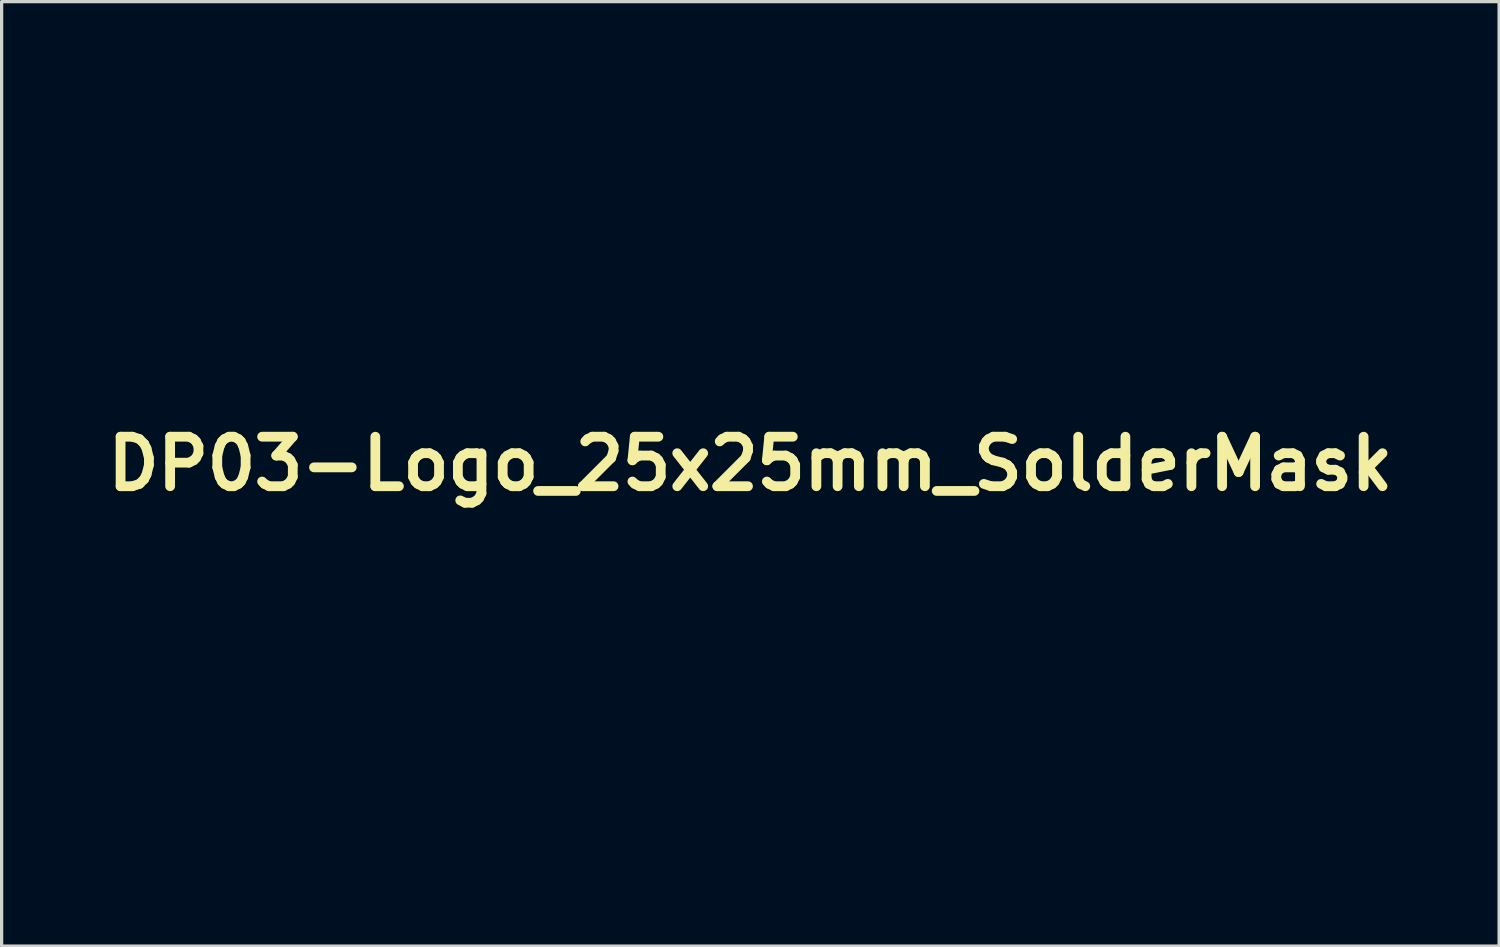
<source format=kicad_pcb>
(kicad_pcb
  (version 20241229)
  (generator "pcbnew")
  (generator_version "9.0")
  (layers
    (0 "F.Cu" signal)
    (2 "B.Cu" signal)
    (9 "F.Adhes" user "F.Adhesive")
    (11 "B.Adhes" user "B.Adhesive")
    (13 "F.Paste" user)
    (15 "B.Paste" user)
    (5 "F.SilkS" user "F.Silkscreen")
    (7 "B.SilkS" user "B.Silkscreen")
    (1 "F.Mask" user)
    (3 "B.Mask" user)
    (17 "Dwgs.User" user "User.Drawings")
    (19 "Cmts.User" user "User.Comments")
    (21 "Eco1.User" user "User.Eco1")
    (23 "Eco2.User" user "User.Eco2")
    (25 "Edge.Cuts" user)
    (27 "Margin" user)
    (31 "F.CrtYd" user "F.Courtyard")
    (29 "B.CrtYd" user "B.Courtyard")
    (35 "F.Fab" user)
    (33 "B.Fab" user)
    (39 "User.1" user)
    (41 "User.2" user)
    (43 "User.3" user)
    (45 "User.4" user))
  (footprint "DP03-Logo_25x25mm_SolderMask"
    (layer "F.Cu")
    (at 20.037 11.221)
    (property "Reference" "DP03-Logo_25x25mm_SolderMask" (at 0 0 0) (layer "F.SilkS") (effects (font (size 1.524 1.524) (thickness 0.3))))
    (attr through_hole)
    (fp_poly (pts (xy 8.269 -1.157) (xy 8.279 -1.057) (xy 8.269 -1.044) (xy 8.219 -1.056) (xy 8.213 -1.101) (xy 8.244 -1.17) (xy 8.269 -1.157)) (stroke (width 0.01) (type solid)) (fill yes) (layer "F.Mask"))
    (fp_poly (pts (xy -3.418 -6.569) (xy -3.387 -6.519) (xy -3.458 -6.451) (xy -3.556 -6.435) (xy -3.694 -6.47) (xy -3.725 -6.519) (xy -3.654 -6.588) (xy -3.556 -6.604) (xy -3.418 -6.569)) (stroke (width 0.01) (type solid)) (fill yes) (layer "F.Mask"))
    (fp_poly (pts (xy 6.539 -7.608) (xy 6.562 -7.541) (xy 6.503 -7.415) (xy 6.382 -7.387) (xy 6.324 -7.421) (xy 6.262 -7.556) (xy 6.31 -7.667) (xy 6.413 -7.689) (xy 6.539 -7.608)) (stroke (width 0.01) (type solid)) (fill yes) (layer "F.Mask"))
    (fp_poly (pts (xy 4.621 -1.724) (xy 4.772 -1.631) (xy 4.826 -1.517) (xy 4.756 -1.405) (xy 4.602 -1.34) (xy 4.449 -1.352) (xy 4.416 -1.376) (xy 4.323 -1.545) (xy 4.381 -1.685) (xy 4.456 -1.728) (xy 4.621 -1.724)) (stroke (width 0.01) (type solid)) (fill yes) (layer "F.Mask"))
    (fp_poly (pts (xy 6.487 -4.168) (xy 6.519 -3.96) (xy 6.519 -3.937) (xy 6.492 -3.734) (xy 6.427 -3.636) (xy 6.347 -3.672) (xy 6.328 -3.704) (xy 6.28 -3.888) (xy 6.289 -4.079) (xy 6.346 -4.211) (xy 6.393 -4.233) (xy 6.487 -4.168)) (stroke (width 0.01) (type solid)) (fill yes) (layer "F.Mask"))
    (fp_poly (pts (xy -1.365 -6.296) (xy -1.355 -6.237) (xy -1.435 -6.105) (xy -1.66 -5.99) (xy -2.004 -5.904) (xy -2.095 -5.89) (xy -2.328 -5.87) (xy -2.435 -5.902) (xy -2.455 -5.966) (xy -2.422 -6.041) (xy -2.297 -6.062) (xy -2.07 -6.04) (xy -1.83 -6.016) (xy -1.706 -6.041) (xy -1.648 -6.128) (xy -1.636 -6.169) (xy -1.556 -6.302) (xy -1.445 -6.35) (xy -1.365 -6.296)) (stroke (width 0.01) (type solid)) (fill yes) (layer "F.Mask"))
    (fp_poly (pts (xy 1.655 -7.883) (xy 1.764 -7.842) (xy 1.778 -7.811) (xy 1.701 -7.762) (xy 1.502 -7.727) (xy 1.227 -7.707) (xy 0.923 -7.702) (xy 0.636 -7.713) (xy 0.412 -7.741) (xy 0.299 -7.786) (xy 0.296 -7.789) (xy 0.264 -7.872) (xy 0.27 -7.879) (xy 0.361 -7.882) (xy 0.58 -7.889) (xy 0.889 -7.896) (xy 1.037 -7.9) (xy 1.42 -7.901) (xy 1.655 -7.883)) (stroke (width 0.01) (type solid)) (fill yes) (layer "F.Mask"))
    (fp_poly (pts (xy 6.558 -8.447) (xy 6.667 -8.355) (xy 6.807 -8.267) (xy 6.886 -8.275) (xy 6.997 -8.32) (xy 7.211 -8.333) (xy 7.467 -8.309) (xy 7.472 -8.308) (xy 7.519 -8.227) (xy 7.535 -8.074) (xy 7.589 -7.862) (xy 7.684 -7.738) (xy 7.772 -7.657) (xy 7.723 -7.627) (xy 7.6 -7.623) (xy 7.412 -7.662) (xy 7.321 -7.814) (xy 7.316 -7.832) (xy 7.236 -7.991) (xy 7.145 -8.043) (xy 7.041 -8.022) (xy 7.065 -7.942) (xy 7.169 -7.829) (xy 7.262 -7.678) (xy 7.224 -7.547) (xy 7.107 -7.434) (xy 6.969 -7.377) (xy 6.871 -7.395) (xy 6.858 -7.434) (xy 6.802 -7.538) (xy 6.662 -7.704) (xy 6.591 -7.777) (xy 6.433 -7.946) (xy 6.411 -8.001) (xy 6.858 -8.001) (xy 6.9 -7.959) (xy 6.943 -8.001) (xy 6.9 -8.043) (xy 6.858 -8.001) (xy 6.411 -8.001) (xy 6.396 -8.04) (xy 6.454 -8.089) (xy 6.548 -8.203) (xy 6.539 -8.324) (xy 6.514 -8.449) (xy 6.558 -8.447)) (stroke (width 0.01) (type solid)) (fill yes) (layer "F.Mask"))
    (fp_poly (pts (xy 5.871 7.772) (xy 5.919 7.823) (xy 5.964 7.929) (xy 5.974 8.122) (xy 5.952 8.431) (xy 5.918 8.718) (xy 5.865 9.094) (xy 5.813 9.34) (xy 5.749 9.494) (xy 5.661 9.594) (xy 5.605 9.634) (xy 5.449 9.723) (xy 5.363 9.712) (xy 5.305 9.637) (xy 5.239 9.573) (xy 5.157 9.61) (xy 5.025 9.767) (xy 4.979 9.83) (xy 4.774 10.044) (xy 4.559 10.159) (xy 4.374 10.161) (xy 4.281 10.083) (xy 4.264 9.962) (xy 4.267 9.718) (xy 4.286 9.398) (xy 4.317 9.046) (xy 4.355 8.707) (xy 4.397 8.426) (xy 4.437 8.247) (xy 4.456 8.211) (xy 4.589 8.17) (xy 4.729 8.185) (xy 4.851 8.238) (xy 4.901 8.344) (xy 4.9 8.557) (xy 4.896 8.606) (xy 4.892 8.828) (xy 4.913 8.96) (xy 4.93 8.975) (xy 4.993 8.904) (xy 5.104 8.714) (xy 5.245 8.442) (xy 5.294 8.34) (xy 5.476 7.987) (xy 5.623 7.783) (xy 5.75 7.715) (xy 5.871 7.772)) (stroke (width 0.01) (type solid)) (fill yes) (layer "F.Mask"))
    (fp_poly (pts (xy 8.662 3.267) (xy 8.82 3.341) (xy 8.876 3.398) (xy 8.969 3.437) (xy 9.18 3.464) (xy 9.4 3.471) (xy 9.676 3.485) (xy 9.878 3.521) (xy 9.95 3.558) (xy 9.913 3.639) (xy 9.754 3.745) (xy 9.511 3.857) (xy 9.226 3.956) (xy 8.94 4.024) (xy 8.929 4.026) (xy 8.754 4.065) (xy 8.611 4.134) (xy 8.483 4.258) (xy 8.351 4.459) (xy 8.199 4.761) (xy 8.009 5.189) (xy 7.928 5.376) (xy 7.729 5.821) (xy 7.569 6.127) (xy 7.436 6.315) (xy 7.321 6.406) (xy 7.156 6.457) (xy 7.073 6.44) (xy 7.083 6.337) (xy 7.143 6.115) (xy 7.238 5.815) (xy 7.356 5.474) (xy 7.482 5.131) (xy 7.604 4.826) (xy 7.706 4.596) (xy 7.752 4.511) (xy 7.857 4.308) (xy 7.853 4.2) (xy 7.748 4.202) (xy 7.621 4.191) (xy 7.566 4.058) (xy 7.594 3.841) (xy 7.614 3.782) (xy 7.709 3.623) (xy 7.867 3.562) (xy 7.996 3.556) (xy 8.245 3.515) (xy 8.384 3.383) (xy 8.507 3.257) (xy 8.662 3.267)) (stroke (width 0.01) (type solid)) (fill yes) (layer "F.Mask"))
    (fp_poly (pts (xy 2.13 -1.691) (xy 2.5 -1.499) (xy 2.744 -1.264) (xy 2.883 -1.076) (xy 2.947 -0.901) (xy 2.953 -0.666) (xy 2.943 -0.519) (xy 2.903 -0.223) (xy 2.819 -0.019) (xy 2.657 0.169) (xy 2.597 0.226) (xy 2.377 0.402) (xy 2.172 0.485) (xy 1.896 0.508) (xy 1.854 0.508) (xy 1.583 0.495) (xy 1.392 0.433) (xy 1.205 0.29) (xy 1.091 0.179) (xy 0.895 -0.034) (xy 0.798 -0.214) (xy 0.764 -0.436) (xy 0.764 -0.456) (xy 1.022 -0.456) (xy 1.11 -0.14) (xy 1.301 0.095) (xy 1.583 0.228) (xy 1.909 0.254) (xy 2.231 0.168) (xy 2.462 0.007) (xy 2.666 -0.305) (xy 2.716 -0.652) (xy 2.611 -1.002) (xy 2.49 -1.179) (xy 2.326 -1.343) (xy 2.151 -1.419) (xy 1.89 -1.439) (xy 1.863 -1.439) (xy 1.591 -1.423) (xy 1.412 -1.352) (xy 1.25 -1.196) (xy 1.235 -1.179) (xy 1.054 -0.84) (xy 1.022 -0.456) (xy 0.764 -0.456) (xy 0.762 -0.58) (xy 0.782 -0.877) (xy 0.863 -1.096) (xy 1.024 -1.308) (xy 1.37 -1.596) (xy 1.746 -1.724) (xy 2.13 -1.691)) (stroke (width 0.01) (type solid)) (fill yes) (layer "F.Mask"))
    (fp_poly (pts (xy 2.311 -2.505) (xy 2.807 -2.291) (xy 3.229 -1.959) (xy 3.565 -1.514) (xy 3.756 -1.021) (xy 3.804 -0.509) (xy 3.716 -0.004) (xy 3.497 0.464) (xy 3.15 0.867) (xy 2.682 1.178) (xy 2.281 1.305) (xy 1.822 1.35) (xy 1.381 1.31) (xy 1.136 1.235) (xy 0.774 1.017) (xy 0.426 0.706) (xy 0.154 0.361) (xy 0.073 0.212) (xy -0.047 -0.197) (xy -0.081 -0.662) (xy -0.066 -0.8) (xy 0.089 -0.8) (xy 0.099 -0.337) (xy 0.243 0.122) (xy 0.534 0.553) (xy 0.541 0.559) (xy 0.965 0.913) (xy 1.443 1.123) (xy 1.948 1.181) (xy 2.453 1.081) (xy 2.522 1.054) (xy 2.968 0.784) (xy 3.31 0.409) (xy 3.535 -0.039) (xy 3.63 -0.528) (xy 3.581 -1.026) (xy 3.48 -1.312) (xy 3.189 -1.778) (xy 2.808 -2.103) (xy 2.323 -2.297) (xy 2.131 -2.336) (xy 1.607 -2.346) (xy 1.138 -2.219) (xy 0.739 -1.976) (xy 0.423 -1.643) (xy 0.202 -1.243) (xy 0.089 -0.8) (xy -0.066 -0.8) (xy -0.031 -1.112) (xy 0.076 -1.423) (xy 0.408 -1.912) (xy 0.822 -2.268) (xy 1.293 -2.489) (xy 1.798 -2.569) (xy 2.311 -2.505)) (stroke (width 0.01) (type solid)) (fill yes) (layer "F.Mask"))
    (fp_poly (pts (xy 4.216 4.901) (xy 4.26 4.931) (xy 4.336 4.999) (xy 4.365 5.086) (xy 4.344 5.236) (xy 4.274 5.491) (xy 4.245 5.589) (xy 4.075 6.193) (xy 3.968 6.662) (xy 3.919 7.019) (xy 3.925 7.286) (xy 3.931 7.323) (xy 3.954 7.524) (xy 3.902 7.621) (xy 3.765 7.671) (xy 3.569 7.682) (xy 3.455 7.638) (xy 3.328 7.609) (xy 3.112 7.705) (xy 3.102 7.712) (xy 2.778 7.849) (xy 2.466 7.84) (xy 2.319 7.791) (xy 2.143 7.689) (xy 2.067 7.549) (xy 2.094 7.351) (xy 2.148 7.239) (xy 2.722 7.239) (xy 2.785 7.242) (xy 2.884 7.194) (xy 3.001 7.097) (xy 2.968 6.991) (xy 2.966 6.988) (xy 2.925 6.862) (xy 3.009 6.74) (xy 3.08 6.636) (xy 3.05 6.604) (xy 2.959 6.675) (xy 2.853 6.849) (xy 2.832 6.898) (xy 2.74 7.132) (xy 2.722 7.239) (xy 2.148 7.239) (xy 2.229 7.073) (xy 2.474 6.694) (xy 2.51 6.642) (xy 2.805 6.271) (xy 3.069 6.044) (xy 3.292 5.967) (xy 3.441 6.021) (xy 3.555 6.089) (xy 3.592 6.087) (xy 3.623 5.993) (xy 3.675 5.778) (xy 3.736 5.487) (xy 3.741 5.462) (xy 3.829 5.103) (xy 3.929 4.9) (xy 4.053 4.837) (xy 4.216 4.901)) (stroke (width 0.01) (type solid)) (fill yes) (layer "F.Mask"))
    (fp_poly (pts (xy -7.168 -6.974) (xy -6.947 -6.969) (xy -6.612 -6.962) (xy -6.22 -6.956) (xy -6.02 -6.953) (xy -5.625 -6.944) (xy -5.368 -6.924) (xy -5.218 -6.888) (xy -5.144 -6.832) (xy -5.129 -6.802) (xy -5.124 -6.638) (xy -5.159 -6.576) (xy -5.251 -6.556) (xy -5.298 -6.632) (xy -5.382 -6.725) (xy -5.439 -6.718) (xy -5.445 -6.636) (xy -5.325 -6.509) (xy -5.324 -6.509) (xy -5.201 -6.4) (xy -5.214 -6.357) (xy -5.266 -6.352) (xy -5.421 -6.398) (xy -5.465 -6.44) (xy -5.58 -6.494) (xy -5.651 -6.481) (xy -5.846 -6.461) (xy -6.017 -6.525) (xy -6.096 -6.645) (xy -6.096 -6.652) (xy -6.163 -6.738) (xy -5.835 -6.738) (xy -5.82 -6.628) (xy -5.791 -6.627) (xy -5.771 -6.74) (xy -5.784 -6.789) (xy -5.822 -6.821) (xy -5.835 -6.738) (xy -6.163 -6.738) (xy -6.164 -6.74) (xy -6.318 -6.773) (xy -6.481 -6.747) (xy -6.565 -6.683) (xy -6.681 -6.625) (xy -6.73 -6.634) (xy -6.805 -6.615) (xy -6.796 -6.513) (xy -6.799 -6.39) (xy -6.924 -6.356) (xy -6.954 -6.357) (xy -7.158 -6.379) (xy -7.26 -6.406) (xy -7.362 -6.494) (xy -7.319 -6.576) (xy -7.192 -6.604) (xy -7.075 -6.637) (xy -7.07 -6.689) (xy -7.186 -6.753) (xy -7.336 -6.773) (xy -7.492 -6.807) (xy -7.514 -6.879) (xy -7.411 -6.95) (xy -7.195 -6.975) (xy -7.168 -6.974)) (stroke (width 0.01) (type solid)) (fill yes) (layer "F.Mask"))
    (fp_poly (pts (xy 3.865 8.163) (xy 4.057 8.378) (xy 4.077 8.419) (xy 4.127 8.661) (xy 4.126 9.002) (xy 4.082 9.387) (xy 4.002 9.758) (xy 3.897 10.059) (xy 3.804 10.209) (xy 3.636 10.351) (xy 3.494 10.414) (xy 3.489 10.414) (xy 3.406 10.467) (xy 3.42 10.604) (xy 3.525 11.099) (xy 3.526 11.461) (xy 3.428 11.686) (xy 3.251 11.833) (xy 3.134 11.822) (xy 3.094 11.748) (xy 3.008 11.466) (xy 2.91 11.125) (xy 2.812 10.769) (xy 2.724 10.437) (xy 2.659 10.173) (xy 2.626 10.019) (xy 2.625 10.002) (xy 2.572 9.872) (xy 2.44 9.68) (xy 2.371 9.597) (xy 2.238 9.433) (xy 3.563 9.433) (xy 3.578 9.543) (xy 3.607 9.544) (xy 3.627 9.431) (xy 3.614 9.382) (xy 3.576 9.35) (xy 3.563 9.433) (xy 2.238 9.433) (xy 2.218 9.409) (xy 2.127 9.272) (xy 2.117 9.24) (xy 2.147 9.181) (xy 3.217 9.181) (xy 3.24 9.268) (xy 3.337 9.239) (xy 3.387 9.209) (xy 3.521 9.069) (xy 3.556 8.959) (xy 3.514 8.807) (xy 3.476 8.766) (xy 3.383 8.79) (xy 3.288 8.92) (xy 3.225 9.101) (xy 3.217 9.181) (xy 2.147 9.181) (xy 2.176 9.125) (xy 2.316 8.988) (xy 2.477 8.876) (xy 2.6 8.836) (xy 2.615 8.842) (xy 2.703 8.808) (xy 2.82 8.659) (xy 2.868 8.575) (xy 3.08 8.29) (xy 3.341 8.123) (xy 3.614 8.079) (xy 3.865 8.163)) (stroke (width 0.01) (type solid)) (fill yes) (layer "F.Mask"))
    (fp_poly (pts (xy 7.093 3.456) (xy 7.229 3.62) (xy 7.333 3.817) (xy 7.363 3.947) (xy 7.314 4.137) (xy 7.19 4.345) (xy 7.036 4.51) (xy 6.903 4.572) (xy 6.78 4.64) (xy 6.74 4.706) (xy 6.694 4.858) (xy 6.732 4.881) (xy 6.866 4.777) (xy 6.921 4.726) (xy 7.148 4.534) (xy 7.373 4.371) (xy 7.379 4.367) (xy 7.572 4.284) (xy 7.665 4.32) (xy 7.648 4.447) (xy 7.509 4.64) (xy 7.502 4.647) (xy 7.358 4.818) (xy 7.284 4.945) (xy 7.281 4.961) (xy 7.221 5.057) (xy 7.065 5.217) (xy 6.909 5.356) (xy 6.689 5.555) (xy 6.577 5.718) (xy 6.54 5.899) (xy 6.538 5.987) (xy 6.508 6.498) (xy 6.42 6.917) (xy 6.281 7.214) (xy 6.219 7.285) (xy 6.032 7.412) (xy 5.913 7.386) (xy 5.866 7.213) (xy 5.882 6.997) (xy 5.934 6.646) (xy 5.725 6.894) (xy 5.576 7.05) (xy 5.471 7.083) (xy 5.382 7.032) (xy 5.277 6.977) (xy 5.249 7.004) (xy 5.199 7.123) (xy 5.091 7.268) (xy 4.873 7.413) (xy 4.595 7.462) (xy 4.324 7.415) (xy 4.122 7.273) (xy 4.107 7.252) (xy 4.045 7.136) (xy 4.029 7.013) (xy 4.047 6.923) (xy 4.602 6.923) (xy 4.691 6.927) (xy 4.809 6.841) (xy 4.904 6.697) (xy 4.856 6.615) (xy 4.784 6.604) (xy 4.671 6.623) (xy 4.657 6.639) (xy 4.63 6.739) (xy 4.605 6.809) (xy 4.602 6.923) (xy 4.047 6.923) (xy 4.065 6.838) (xy 4.158 6.564) (xy 4.193 6.469) (xy 4.341 6.138) (xy 4.741 6.138) (xy 4.784 6.181) (xy 4.826 6.138) (xy 4.784 6.096) (xy 4.741 6.138) (xy 4.341 6.138) (xy 4.359 6.098) (xy 4.553 5.788) (xy 4.752 5.567) (xy 4.933 5.463) (xy 5.021 5.466) (xy 5.137 5.43) (xy 5.235 5.289) (xy 5.361 5.122) (xy 5.525 5.095) (xy 5.641 5.133) (xy 5.696 5.232) (xy 5.71 5.44) (xy 5.71 5.524) (xy 5.723 5.784) (xy 5.765 5.911) (xy 5.822 5.892) (xy 5.883 5.717) (xy 5.888 5.694) (xy 5.958 5.448) (xy 6.058 5.184) (xy 6.059 5.183) (xy 6.143 4.939) (xy 6.181 4.726) (xy 6.181 4.717) (xy 6.245 4.301) (xy 6.413 3.907) (xy 6.63 3.629) (xy 6.811 3.479) (xy 6.944 3.394) (xy 6.969 3.387) (xy 7.093 3.456)) (stroke (width 0.01) (type solid)) (fill yes) (layer "F.Mask"))
    (fp_poly (pts (xy 8.77 4.989) (xy 8.84 5.039) (xy 8.949 5.175) (xy 8.989 5.396) (xy 8.988 5.544) (xy 8.988 5.772) (xy 9.004 5.909) (xy 9.016 5.927) (xy 9.1 5.881) (xy 9.286 5.758) (xy 9.542 5.581) (xy 9.66 5.498) (xy 9.933 5.31) (xy 10.151 5.174) (xy 10.281 5.109) (xy 10.302 5.109) (xy 10.297 5.207) (xy 10.225 5.374) (xy 10.12 5.546) (xy 10.02 5.658) (xy 9.986 5.673) (xy 9.89 5.742) (xy 9.849 5.821) (xy 9.762 5.967) (xy 9.6 6.172) (xy 9.503 6.279) (xy 9.333 6.49) (xy 9.264 6.647) (xy 9.272 6.69) (xy 9.401 6.799) (xy 9.63 6.923) (xy 9.897 7.033) (xy 10.137 7.101) (xy 10.223 7.11) (xy 10.377 7.159) (xy 10.404 7.263) (xy 10.302 7.367) (xy 10.225 7.396) (xy 10.047 7.414) (xy 9.762 7.413) (xy 9.433 7.394) (xy 8.83 7.343) (xy 8.733 7.621) (xy 8.665 7.883) (xy 8.637 8.119) (xy 8.618 8.31) (xy 8.566 8.603) (xy 8.493 8.936) (xy 8.489 8.953) (xy 8.405 9.272) (xy 8.334 9.458) (xy 8.256 9.546) (xy 8.155 9.567) (xy 8.154 9.567) (xy 7.987 9.538) (xy 7.924 9.495) (xy 7.913 9.378) (xy 7.929 9.149) (xy 7.961 8.923) (xy 8.023 8.479) (xy 8.038 8.197) (xy 8.007 8.077) (xy 7.968 8.08) (xy 7.904 8.187) (xy 7.844 8.389) (xy 7.838 8.42) (xy 7.762 8.675) (xy 7.645 8.783) (xy 7.463 8.767) (xy 7.316 8.658) (xy 7.199 8.473) (xy 7.147 8.284) (xy 7.166 8.193) (xy 7.169 8.141) (xy 7.134 8.157) (xy 7.057 8.263) (xy 6.955 8.475) (xy 6.889 8.644) (xy 6.728 8.978) (xy 6.529 9.219) (xy 6.492 9.248) (xy 6.321 9.356) (xy 6.214 9.363) (xy 6.118 9.287) (xy 6.062 9.214) (xy 6.034 9.112) (xy 6.037 8.949) (xy 6.069 8.689) (xy 6.132 8.301) (xy 6.14 8.256) (xy 6.21 7.861) (xy 6.263 7.603) (xy 6.313 7.456) (xy 6.372 7.39) (xy 6.452 7.377) (xy 6.513 7.383) (xy 6.672 7.436) (xy 6.751 7.581) (xy 6.773 7.694) (xy 6.797 7.831) (xy 6.828 7.88) (xy 6.883 7.823) (xy 6.98 7.645) (xy 7.112 7.377) (xy 7.263 7.094) (xy 7.4 6.882) (xy 7.497 6.779) (xy 7.512 6.774) (xy 7.647 6.845) (xy 7.767 7.016) (xy 7.833 7.215) (xy 7.827 7.333) (xy 7.797 7.443) (xy 7.837 7.416) (xy 7.901 7.34) (xy 7.99 7.102) (xy 7.984 6.871) (xy 7.981 6.607) (xy 8.069 6.449) (xy 8.077 6.442) (xy 8.191 6.267) (xy 8.216 6.149) (xy 8.26 5.94) (xy 8.34 5.757) (xy 8.423 5.526) (xy 8.463 5.249) (xy 8.464 5.228) (xy 8.496 4.996) (xy 8.594 4.918) (xy 8.77 4.989)) (stroke (width 0.01) (type solid)) (fill yes) (layer "F.Mask"))
    (fp_poly (pts (xy 3.225 -11.209) (xy 3.717 -11.187) (xy 4.226 -11.154) (xy 4.36 -11.143) (xy 4.924 -11.089) (xy 5.358 -11.033) (xy 5.699 -10.967) (xy 5.987 -10.884) (xy 6.168 -10.815) (xy 7.022 -10.407) (xy 7.82 -9.895) (xy 8.598 -9.254) (xy 8.955 -8.913) (xy 9.314 -8.551) (xy 9.579 -8.263) (xy 9.781 -8.01) (xy 9.948 -7.75) (xy 10.112 -7.443) (xy 10.241 -7.178) (xy 10.501 -6.622) (xy 10.694 -6.181) (xy 10.832 -5.819) (xy 10.926 -5.5) (xy 10.987 -5.189) (xy 11.027 -4.85) (xy 11.042 -4.657) (xy 11.075 -4.245) (xy 11.123 -3.732) (xy 11.177 -3.188) (xy 11.227 -2.721) (xy 11.278 -2.239) (xy 11.306 -1.883) (xy 11.311 -1.612) (xy 11.292 -1.384) (xy 11.251 -1.158) (xy 11.23 -1.07) (xy 11.154 -0.734) (xy 11.087 -0.414) (xy 11.054 -0.241) (xy 10.992 -0.037) (xy 10.858 0.149) (xy 10.619 0.363) (xy 10.55 0.417) (xy 10.426 0.512) (xy 10.32 0.591) (xy 10.21 0.657) (xy 10.079 0.717) (xy 9.907 0.775) (xy 9.675 0.837) (xy 9.364 0.909) (xy 8.955 0.995) (xy 8.429 1.101) (xy 7.767 1.233) (xy 7.324 1.321) (xy 6.689 1.447) (xy 6.198 1.542) (xy 5.828 1.61) (xy 5.556 1.653) (xy 5.36 1.673) (xy 5.217 1.672) (xy 5.104 1.654) (xy 4.999 1.62) (xy 4.907 1.584) (xy 4.565 1.45) (xy 4.23 1.814) (xy 3.97 2.051) (xy 3.637 2.297) (xy 3.366 2.462) (xy 3.102 2.595) (xy 2.875 2.682) (xy 2.631 2.734) (xy 2.315 2.763) (xy 1.982 2.779) (xy 1.128 2.812) (xy 0.949 3.29) (xy 0.843 3.575) (xy 0.699 3.96) (xy 0.54 4.386) (xy 0.439 4.657) (xy 0.108 5.546) (xy -0.814 6.103) (xy -1.178 6.321) (xy -1.616 6.583) (xy -2.109 6.875) (xy -2.636 7.187) (xy -3.177 7.506) (xy -3.713 7.821) (xy -4.224 8.121) (xy -4.69 8.393) (xy -5.091 8.626) (xy -5.407 8.809) (xy -5.618 8.929) (xy -5.705 8.975) (xy -5.705 8.975) (xy -5.767 8.919) (xy -5.919 8.769) (xy -6.134 8.553) (xy -6.24 8.445) (xy -6.761 7.916) (xy -6.989 6.943) (xy -7.103 6.459) (xy -7.226 5.943) (xy -7.339 5.468) (xy -7.399 5.222) (xy -7.58 4.476) (xy -8.68 4.117) (xy -9.779 3.759) (xy -9.929 3.086) (xy -10.02 2.667) (xy -10.126 2.179) (xy -10.224 1.715) (xy -10.238 1.651) (xy -10.337 1.178) (xy -10.401 0.876) (xy -10.133 0.876) (xy -10.132 0.973) (xy -10.096 1.219) (xy -10.028 1.595) (xy -9.931 2.086) (xy -9.808 2.674) (xy -9.719 3.084) (xy -9.61 3.585) (xy -8.592 3.93) (xy -8.198 4.066) (xy -7.859 4.188) (xy -7.609 4.282) (xy -7.483 4.336) (xy -7.478 4.339) (xy -7.423 4.442) (xy -7.343 4.676) (xy -7.249 5.006) (xy -7.153 5.397) (xy -7.051 5.829) (xy -6.951 6.239) (xy -6.866 6.578) (xy -6.814 6.773) (xy -6.73 7.102) (xy -6.66 7.44) (xy -6.648 7.509) (xy -6.585 7.755) (xy -6.497 7.935) (xy -6.47 7.964) (xy -6.408 8.013) (xy -6.371 8.016) (xy -6.358 7.946) (xy -6.37 7.779) (xy -6.4 7.526) (xy -6.229 7.526) (xy -6.216 7.719) (xy -6.204 7.853) (xy -6.146 8.151) (xy -6.021 8.363) (xy -5.901 8.479) (xy -5.708 8.609) (xy -5.55 8.661) (xy -5.519 8.656) (xy -5.446 8.606) (xy -5.528 8.539) (xy -5.529 8.539) (xy -5.577 8.467) (xy -5.334 8.467) (xy -5.303 8.536) (xy -5.278 8.523) (xy -5.267 8.423) (xy -5.278 8.41) (xy -5.328 8.422) (xy -5.334 8.467) (xy -5.577 8.467) (xy -5.618 8.404) (xy -5.613 8.299) (xy -5.608 7.983) (xy -5.755 7.718) (xy -5.94 7.584) (xy -6.122 7.496) (xy -6.221 7.452) (xy -6.226 7.451) (xy -6.229 7.526) (xy -6.4 7.526) (xy -6.405 7.489) (xy -6.442 7.194) (xy -6.489 6.822) (xy -6.53 6.476) (xy -6.559 6.221) (xy -6.563 6.181) (xy -6.586 5.952) (xy -6.622 5.621) (xy -6.663 5.255) (xy -6.668 5.207) (xy -6.699 4.938) (xy -6.488 4.938) (xy -6.487 5.226) (xy -6.476 5.557) (xy -6.457 5.889) (xy -6.431 6.179) (xy -6.4 6.385) (xy -6.378 6.456) (xy -6.289 6.523) (xy -6.232 6.458) (xy -6.238 6.362) (xy -6.215 6.217) (xy -6.103 6.158) (xy -5.956 6.059) (xy -5.945 5.908) (xy -6.071 5.754) (xy -6.096 5.738) (xy -6.232 5.567) (xy -6.266 5.335) (xy -6.289 5.008) (xy -6.348 4.771) (xy -6.433 4.661) (xy -6.454 4.657) (xy -6.478 4.734) (xy -6.488 4.938) (xy -6.699 4.938) (xy -6.745 4.53) (xy -6.246 3.967) (xy -5.971 3.672) (xy -5.759 3.487) (xy -5.574 3.387) (xy -5.435 3.35) (xy -5.145 3.296) (xy -4.816 3.23) (xy -4.741 3.214) (xy -4.526 3.17) (xy -4.184 3.101) (xy -3.753 3.016) (xy -3.272 2.921) (xy -3.006 2.87) (xy -2.534 2.778) (xy -2.11 2.695) (xy -1.766 2.626) (xy -1.535 2.579) (xy -1.463 2.564) (xy -1.341 2.554) (xy -1.291 2.625) (xy -1.284 2.82) (xy -1.285 2.848) (xy -1.326 3.113) (xy -1.416 3.249) (xy -1.543 3.237) (xy -1.563 3.222) (xy -1.679 3.208) (xy -1.921 3.225) (xy -2.248 3.27) (xy -2.498 3.313) (xy -2.957 3.399) (xy -3.447 3.489) (xy -3.886 3.568) (xy -4.016 3.591) (xy -4.368 3.659) (xy -4.6 3.729) (xy -4.763 3.824) (xy -4.903 3.965) (xy -4.926 3.991) (xy -5.095 4.234) (xy -5.217 4.479) (xy -5.233 4.53) (xy -5.328 4.72) (xy -5.455 4.81) (xy -5.573 4.778) (xy -5.614 4.711) (xy -5.588 4.574) (xy -5.459 4.38) (xy -5.391 4.304) (xy -5.181 4.073) (xy -4.992 3.846) (xy -4.952 3.794) (xy -4.874 3.705) (xy -4.769 3.632) (xy -4.611 3.566) (xy -4.372 3.499) (xy -4.025 3.421) (xy -3.542 3.324) (xy -3.452 3.307) (xy -2.983 3.218) (xy -2.559 3.142) (xy -2.214 3.086) (xy -1.981 3.053) (xy -1.912 3.048) (xy -1.737 3.012) (xy -1.624 2.928) (xy -1.623 2.837) (xy -1.627 2.832) (xy -1.721 2.831) (xy -1.937 2.859) (xy -2.232 2.912) (xy -2.292 2.923) (xy -2.619 2.987) (xy -3.058 3.068) (xy -3.554 3.157) (xy -4.053 3.244) (xy -4.106 3.253) (xy -4.646 3.348) (xy -5.049 3.427) (xy -5.345 3.502) (xy -5.563 3.584) (xy -5.735 3.683) (xy -5.889 3.811) (xy -6.039 3.96) (xy -6.22 4.152) (xy -6.293 4.258) (xy -6.271 4.311) (xy -6.166 4.346) (xy -6.032 4.397) (xy -6.047 4.471) (xy -6.102 4.53) (xy -6.174 4.632) (xy -6.193 4.776) (xy -6.163 5.012) (xy -6.14 5.133) (xy -6.056 5.434) (xy -5.954 5.636) (xy -5.901 5.685) (xy -5.789 5.84) (xy -5.757 6.095) (xy -5.779 6.326) (xy -5.859 6.445) (xy -5.936 6.48) (xy -6.057 6.552) (xy -6.079 6.693) (xy -6.063 6.792) (xy -6.025 7.026) (xy -6.011 7.194) (xy -5.931 7.329) (xy -5.707 7.459) (xy -5.673 7.473) (xy -5.455 7.577) (xy -5.356 7.691) (xy -5.334 7.863) (xy -5.267 8.11) (xy -5.092 8.265) (xy -4.957 8.295) (xy -4.862 8.254) (xy -4.647 8.139) (xy -4.336 7.964) (xy -3.955 7.742) (xy -3.56 7.508) (xy -3.026 7.188) (xy -2.437 6.836) (xy -1.851 6.486) (xy -1.325 6.173) (xy -1.122 6.052) (xy -0.734 5.815) (xy -0.405 5.598) (xy -0.159 5.421) (xy -0.021 5.3) (xy 0 5.265) (xy -0.025 5.189) (xy -0.123 5.246) (xy -0.263 5.31) (xy -0.326 5.299) (xy -0.42 5.318) (xy -0.45 5.367) (xy -0.54 5.462) (xy -0.738 5.613) (xy -1.01 5.794) (xy -1.115 5.859) (xy -1.691 6.208) (xy -2.139 6.478) (xy -2.477 6.678) (xy -2.721 6.816) (xy -2.888 6.902) (xy -2.996 6.944) (xy -3.061 6.952) (xy -3.101 6.935) (xy -3.125 6.91) (xy -3.169 6.847) (xy -3.228 6.74) (xy -3.312 6.567) (xy -3.432 6.303) (xy -3.6 5.925) (xy -3.766 5.546) (xy -4.011 4.992) (xy -4.199 4.582) (xy -4.337 4.3) (xy -4.432 4.133) (xy -4.49 4.067) (xy -4.5 4.064) (xy -4.558 3.993) (xy -4.572 3.889) (xy -4.532 3.757) (xy -4.384 3.74) (xy -4.381 3.741) (xy -4.228 3.818) (xy -4.205 3.93) (xy -4.179 4.096) (xy -4.097 4.345) (xy -4.027 4.51) (xy -3.835 4.928) (xy -3.783 4.671) (xy -3.718 4.487) (xy -3.598 4.487) (xy -3.592 4.565) (xy -3.561 4.572) (xy -3.475 4.511) (xy -3.471 4.487) (xy -3.5 4.405) (xy -3.509 4.403) (xy -3.581 4.462) (xy -3.598 4.487) (xy -3.718 4.487) (xy -3.702 4.443) (xy -3.559 4.174) (xy -3.496 4.079) (xy -3.471 4.047) (xy -3.275 4.047) (xy -3.267 4.064) (xy -3.197 4.008) (xy -3.133 3.937) (xy -3.081 3.834) (xy -3.113 3.81) (xy -3.215 3.878) (xy -3.248 3.937) (xy -3.275 4.047) (xy -3.471 4.047) (xy -3.351 3.895) (xy -3.2 3.776) (xy -2.987 3.69) (xy -2.667 3.609) (xy -2.618 3.598) (xy -0.423 3.598) (xy -0.381 3.641) (xy -0.339 3.598) (xy -0.381 3.556) (xy -0.423 3.598) (xy -2.618 3.598) (xy -2.26 3.522) (xy -1.819 3.435) (xy -1.524 3.382) (xy -1.209 3.328) (xy -0.94 3.278) (xy -0.794 3.247) (xy -0.594 3.276) (xy -0.336 3.449) (xy -0.307 3.474) (xy -0.092 3.713) (xy -0.002 3.928) (xy -0.043 4.094) (xy -0.184 4.177) (xy -0.371 4.199) (xy -0.479 4.118) (xy -0.549 3.9) (xy -0.55 3.895) (xy -0.608 3.704) (xy -0.668 3.604) (xy -0.773 3.602) (xy -1.006 3.627) (xy -1.327 3.674) (xy -1.572 3.716) (xy -1.943 3.784) (xy -2.166 3.833) (xy -2.257 3.868) (xy -2.235 3.898) (xy -2.118 3.929) (xy -2.117 3.93) (xy -1.749 3.981) (xy -1.416 3.98) (xy -1.162 3.928) (xy -1.049 3.853) (xy -0.927 3.744) (xy -0.868 3.725) (xy -0.777 3.797) (xy -0.724 3.964) (xy -0.72 4.154) (xy -0.769 4.284) (xy -0.818 4.382) (xy -0.794 4.404) (xy -0.788 4.44) (xy -0.847 4.487) (xy -1.087 4.562) (xy -1.397 4.56) (xy -1.703 4.486) (xy -1.862 4.403) (xy -2.019 4.331) (xy -1.727 4.331) (xy -1.617 4.396) (xy -1.404 4.373) (xy -1.198 4.31) (xy -1.01 4.223) (xy -0.974 4.16) (xy -1.073 4.133) (xy -1.289 4.153) (xy -1.392 4.173) (xy -1.606 4.238) (xy -1.721 4.304) (xy -1.727 4.331) (xy -2.019 4.331) (xy -2.133 4.279) (xy -2.355 4.285) (xy -2.528 4.338) (xy -2.583 4.438) (xy -2.566 4.611) (xy -2.554 4.807) (xy -2.621 4.902) (xy -2.72 4.938) (xy -2.905 4.955) (xy -3.016 4.862) (xy -3.082 4.691) (xy -3.067 4.486) (xy -2.941 4.268) (xy -2.758 4.106) (xy -2.117 4.106) (xy -2.074 4.149) (xy -2.032 4.106) (xy -2.074 4.064) (xy -2.117 4.106) (xy -2.758 4.106) (xy -2.748 4.098) (xy -2.602 4.039) (xy -2.516 4.013) (xy -2.593 3.996) (xy -2.686 3.991) (xy -2.949 4.055) (xy -3.142 4.256) (xy -3.247 4.565) (xy -3.26 4.739) (xy -3.277 4.943) (xy -3.354 5.035) (xy -3.493 5.064) (xy -3.661 5.092) (xy -3.725 5.117) (xy -3.693 5.204) (xy -3.61 5.402) (xy -3.493 5.67) (xy -3.362 5.967) (xy -3.234 6.249) (xy -3.158 6.413) (xy -3.052 6.595) (xy -2.958 6.686) (xy -2.946 6.689) (xy -2.824 6.645) (xy -2.597 6.526) (xy -2.295 6.353) (xy -1.95 6.143) (xy -1.592 5.918) (xy -1.252 5.696) (xy -0.962 5.497) (xy -0.752 5.341) (xy -0.653 5.246) (xy -0.65 5.239) (xy -0.545 5.115) (xy -0.415 5.066) (xy -0.409 5.064) (xy 0.006 5.064) (xy 0.006 5.074) (xy 0.038 5.041) (xy 0.111 4.896) (xy 0.204 4.687) (xy 0.297 4.46) (xy 0.369 4.262) (xy 0.378 4.233) (xy 0.405 4.096) (xy 0.359 4.106) (xy 0.293 4.223) (xy 0.203 4.439) (xy 0.11 4.691) (xy 0.036 4.92) (xy 0.006 5.064) (xy -0.409 5.064) (xy -0.3 5.021) (xy -0.197 4.9) (xy -0.084 4.673) (xy 0.024 4.403) (xy 0.151 4.061) (xy 0.211 3.894) (xy 0.437 3.894) (xy 0.452 3.916) (xy 0.523 3.785) (xy 0.639 3.52) (xy 0.747 3.248) (xy 0.822 3.034) (xy 0.847 2.935) (xy 0.823 2.877) (xy 0.759 2.966) (xy 0.664 3.185) (xy 0.583 3.406) (xy 0.48 3.723) (xy 0.437 3.894) (xy 0.211 3.894) (xy 0.264 3.745) (xy 0.341 3.518) (xy 0.347 3.497) (xy 0.448 3.22) (xy 0.553 2.989) (xy 0.653 2.76) (xy 0.652 2.752) (xy 0.847 2.752) (xy 0.889 2.794) (xy 0.931 2.752) (xy 0.889 2.709) (xy 0.847 2.752) (xy 0.652 2.752) (xy 0.642 2.611) (xy 0.503 2.494) (xy 0.328 2.408) (xy -0.079 2.157) (xy -0.491 1.785) (xy -0.869 1.334) (xy -1.174 0.848) (xy -1.265 0.659) (xy -1.532 0.042) (xy -1.479 0.466) (xy -1.425 0.889) (xy -1.771 0.554) (xy -1.955 0.393) (xy -2.08 0.315) (xy -2.117 0.329) (xy -2.174 0.418) (xy -2.328 0.595) (xy -2.551 0.83) (xy -2.813 1.096) (xy -3.088 1.366) (xy -3.347 1.612) (xy -3.562 1.805) (xy -3.705 1.917) (xy -3.734 1.933) (xy -3.82 1.935) (xy -3.782 1.834) (xy -3.626 1.638) (xy -3.358 1.353) (xy -3.112 1.111) (xy -2.817 0.822) (xy -2.636 0.631) (xy -2.557 0.522) (xy -2.568 0.479) (xy -2.641 0.482) (xy -2.871 0.575) (xy -3.014 0.686) (xy -3.162 0.803) (xy -3.297 0.844) (xy -3.371 0.803) (xy -3.367 0.741) (xy -3.275 0.639) (xy -3.083 0.499) (xy -2.84 0.352) (xy -2.599 0.233) (xy -2.519 0.202) (xy -2.44 0.146) (xy -2.395 0.023) (xy -2.374 -0.205) (xy -2.371 -0.468) (xy -2.371 -1.007) (xy -2.159 -1.007) (xy -1.925 -0.803) (xy -1.745 -0.583) (xy -1.632 -0.331) (xy -1.629 -0.32) (xy -1.598 -0.216) (xy -1.572 -0.235) (xy -1.547 -0.391) (xy -1.528 -0.598) (xy -1.269 -0.598) (xy -1.189 0.131) (xy -0.957 0.794) (xy -0.582 1.378) (xy -0.073 1.871) (xy 0.561 2.26) (xy 0.831 2.377) (xy 1.322 2.498) (xy 1.893 2.526) (xy 2.484 2.465) (xy 3.034 2.318) (xy 3.199 2.25) (xy 3.741 1.919) (xy 4.228 1.465) (xy 4.415 1.211) (xy 4.744 1.211) (xy 4.81 1.277) (xy 4.97 1.373) (xy 5.157 1.463) (xy 5.309 1.516) (xy 5.334 1.519) (xy 5.435 1.501) (xy 5.638 1.455) (xy 5.715 1.436) (xy 5.943 1.384) (xy 6.284 1.313) (xy 6.684 1.232) (xy 6.943 1.182) (xy 7.521 1.07) (xy 7.955 0.981) (xy 8.265 0.907) (xy 8.473 0.84) (xy 8.6 0.774) (xy 8.667 0.7) (xy 8.696 0.611) (xy 8.704 0.55) (xy 8.711 0.4) (xy 8.717 0.106) (xy 8.722 -0.308) (xy 8.726 -0.818) (xy 8.728 -1.397) (xy 8.728 -1.618) (xy 8.955 -1.618) (xy 8.958 -1.137) (xy 8.964 -0.673) (xy 8.974 -0.255) (xy 8.986 0.085) (xy 9 0.317) (xy 9.016 0.409) (xy 9.053 0.52) (xy 9.059 0.611) (xy 9.082 0.711) (xy 9.181 0.738) (xy 9.377 0.712) (xy 9.613 0.654) (xy 9.782 0.584) (xy 9.799 0.572) (xy 9.834 0.488) (xy 9.781 0.376) (xy 9.991 0.376) (xy 10.035 0.492) (xy 10.075 0.508) (xy 10.158 0.447) (xy 10.16 0.428) (xy 10.098 0.314) (xy 10.075 0.296) (xy 10.003 0.316) (xy 9.991 0.376) (xy 9.781 0.376) (xy 9.766 0.345) (xy 9.608 0.144) (xy 9.52 0.024) (xy 9.75 0.024) (xy 9.771 0.072) (xy 9.856 0.162) (xy 9.905 0.144) (xy 9.906 0.132) (xy 9.846 0.06) (xy 9.808 0.034) (xy 9.75 0.024) (xy 9.52 0.024) (xy 9.415 -0.12) (xy 9.355 -0.313) (xy 9.357 -0.323) (xy 9.737 -0.323) (xy 9.789 -0.216) (xy 9.918 -0.046) (xy 10.079 0.137) (xy 10.228 0.282) (xy 10.318 0.339) (xy 10.405 0.289) (xy 10.509 0.203) (xy 10.599 0.103) (xy 10.584 0.018) (xy 10.449 -0.108) (xy 10.431 -0.123) (xy 10.216 -0.267) (xy 9.999 -0.36) (xy 9.825 -0.39) (xy 9.739 -0.342) (xy 9.737 -0.323) (xy 9.357 -0.323) (xy 9.364 -0.365) (xy 9.357 -0.536) (xy 9.301 -0.6) (xy 9.246 -0.712) (xy 9.197 -0.946) (xy 9.158 -1.255) (xy 9.145 -1.44) (xy 9.398 -1.44) (xy 9.398 -1.439) (xy 9.409 -1.135) (xy 9.439 -0.925) (xy 9.483 -0.847) (xy 9.483 -0.847) (xy 9.526 -0.925) (xy 9.556 -1.135) (xy 9.567 -1.439) (xy 9.567 -1.439) (xy 9.556 -1.743) (xy 9.526 -1.953) (xy 9.483 -2.032) (xy 9.483 -2.032) (xy 9.439 -1.954) (xy 9.409 -1.744) (xy 9.398 -1.44) (xy 9.145 -1.44) (xy 9.133 -1.59) (xy 9.126 -1.905) (xy 9.138 -2.152) (xy 9.175 -2.284) (xy 9.177 -2.286) (xy 9.202 -2.415) (xy 9.146 -2.62) (xy 9.103 -2.766) (xy 9.321 -2.766) (xy 9.437 -2.68) (xy 9.44 -2.679) (xy 9.544 -2.564) (xy 9.567 -2.453) (xy 9.6 -2.334) (xy 9.652 -2.328) (xy 9.713 -2.443) (xy 9.737 -2.63) (xy 9.713 -2.809) (xy 9.612 -2.873) (xy 9.525 -2.879) (xy 9.356 -2.844) (xy 9.321 -2.766) (xy 9.103 -2.766) (xy 9.083 -2.833) (xy 9.119 -2.974) (xy 9.138 -2.998) (xy 9.192 -3.119) (xy 9.142 -3.176) (xy 9.02 -3.195) (xy 8.992 -3.178) (xy 8.977 -3.081) (xy 8.965 -2.846) (xy 8.958 -2.503) (xy 8.955 -2.083) (xy 8.955 -1.618) (xy 8.728 -1.618) (xy 8.728 -2.023) (xy 8.728 -2.048) (xy 8.727 -3.637) (xy 8.945 -3.637) (xy 8.969 -3.491) (xy 9.038 -3.427) (xy 9.173 -3.402) (xy 9.176 -3.401) (xy 9.381 -3.326) (xy 9.458 -3.219) (xy 9.565 -3.068) (xy 9.649 -3.024) (xy 9.771 -2.916) (xy 9.842 -2.712) (xy 9.848 -2.481) (xy 9.78 -2.292) (xy 9.769 -2.279) (xy 9.694 -2.09) (xy 9.657 -1.736) (xy 9.652 -1.496) (xy 9.66 -1.143) (xy 9.69 -0.914) (xy 9.75 -0.764) (xy 9.821 -0.677) (xy 9.998 -0.551) (xy 10.14 -0.508) (xy 10.297 -0.442) (xy 10.399 -0.33) (xy 10.51 -0.205) (xy 10.564 -0.224) (xy 10.528 -0.367) (xy 10.509 -0.404) (xy 10.373 -0.572) (xy 10.206 -0.71) (xy 9.991 -0.851) (xy 9.991 -2.192) (xy 9.992 -2.705) (xy 10 -3.077) (xy 10.016 -3.337) (xy 10.045 -3.514) (xy 10.088 -3.638) (xy 10.15 -3.735) (xy 10.16 -3.748) (xy 10.277 -3.912) (xy 10.329 -4.015) (xy 10.329 -4.017) (xy 10.269 -4.114) (xy 10.119 -4.272) (xy 9.922 -4.453) (xy 9.725 -4.616) (xy 9.57 -4.722) (xy 9.518 -4.741) (xy 9.398 -4.801) (xy 9.382 -4.831) (xy 9.321 -4.828) (xy 9.202 -4.714) (xy 9.156 -4.655) (xy 9.02 -4.404) (xy 8.957 -4.091) (xy 8.947 -3.909) (xy 8.945 -3.637) (xy 8.727 -3.637) (xy 8.726 -4.393) (xy 9.104 -4.896) (xy 9.296 -5.159) (xy 9.409 -5.355) (xy 9.463 -5.55) (xy 9.481 -5.807) (xy 9.483 -6.051) (xy 9.483 -6.702) (xy 9.059 -7.189) (xy 8.854 -7.446) (xy 8.704 -7.675) (xy 8.637 -7.832) (xy 8.636 -7.846) (xy 8.577 -7.992) (xy 8.424 -8.197) (xy 8.26 -8.368) (xy 7.884 -8.721) (xy 5.365 -8.721) (xy 5.18 -8.374) (xy 5.069 -8.15) (xy 5.003 -7.985) (xy 4.995 -7.946) (xy 5.047 -7.838) (xy 5.175 -7.658) (xy 5.342 -7.451) (xy 5.511 -7.262) (xy 5.643 -7.137) (xy 5.691 -7.112) (xy 5.756 -7.168) (xy 5.721 -7.306) (xy 5.598 -7.482) (xy 5.587 -7.494) (xy 5.447 -7.757) (xy 5.397 -8.068) (xy 5.405 -8.334) (xy 5.454 -8.455) (xy 5.53 -8.422) (xy 5.617 -8.228) (xy 5.63 -8.183) (xy 5.745 -7.917) (xy 5.903 -7.687) (xy 5.905 -7.685) (xy 6.039 -7.505) (xy 6.096 -7.353) (xy 6.096 -7.35) (xy 6.156 -7.187) (xy 6.223 -7.112) (xy 6.331 -6.951) (xy 6.35 -6.858) (xy 6.411 -6.68) (xy 6.477 -6.604) (xy 6.559 -6.447) (xy 6.602 -6.185) (xy 6.606 -5.877) (xy 6.571 -5.585) (xy 6.498 -5.367) (xy 6.467 -5.323) (xy 6.376 -5.128) (xy 6.398 -5.02) (xy 6.455 -4.818) (xy 6.47 -4.594) (xy 6.447 -4.407) (xy 6.386 -4.319) (xy 6.377 -4.318) (xy 6.273 -4.388) (xy 6.224 -4.485) (xy 6.16 -4.599) (xy 6.049 -4.575) (xy 6.008 -4.551) (xy 5.835 -4.497) (xy 5.767 -4.532) (xy 5.688 -4.707) (xy 5.668 -4.927) (xy 5.779 -4.927) (xy 5.789 -4.773) (xy 5.851 -4.691) (xy 5.946 -4.727) (xy 6 -4.846) (xy 5.95 -4.921) (xy 5.887 -5.078) (xy 5.891 -5.122) (xy 6.096 -5.122) (xy 6.138 -5.08) (xy 6.181 -5.122) (xy 6.138 -5.165) (xy 6.096 -5.122) (xy 5.891 -5.122) (xy 5.894 -5.154) (xy 5.891 -5.196) (xy 5.834 -5.106) (xy 5.779 -4.927) (xy 5.668 -4.927) (xy 5.665 -4.961) (xy 5.7 -5.21) (xy 5.735 -5.296) (xy 5.76 -5.381) (xy 6.096 -5.381) (xy 6.14 -5.265) (xy 6.181 -5.249) (xy 6.263 -5.31) (xy 6.265 -5.329) (xy 6.204 -5.444) (xy 6.181 -5.461) (xy 6.108 -5.442) (xy 6.096 -5.381) (xy 5.76 -5.381) (xy 5.79 -5.479) (xy 5.711 -5.607) (xy 5.487 -5.692) (xy 5.243 -5.731) (xy 4.784 -5.786) (xy 5.065 -5.465) (xy 5.249 -5.219) (xy 5.308 -5.029) (xy 5.299 -4.952) (xy 5.3 -4.79) (xy 5.419 -4.717) (xy 5.515 -4.668) (xy 5.567 -4.557) (xy 5.586 -4.342) (xy 5.588 -4.171) (xy 5.599 -3.867) (xy 5.646 -3.672) (xy 5.746 -3.525) (xy 5.8 -3.471) (xy 5.908 -3.353) (xy 5.971 -3.219) (xy 6.002 -3.022) (xy 6.011 -2.715) (xy 6.011 -2.61) (xy 6.02 -2.255) (xy 6.046 -2.048) (xy 6.095 -1.97) (xy 6.117 -1.968) (xy 6.2 -1.909) (xy 6.249 -1.719) (xy 6.25 -1.714) (xy 6.296 -1.508) (xy 6.369 -1.443) (xy 6.396 -1.472) (xy 6.548 -1.472) (xy 6.562 -1.439) (xy 6.638 -1.359) (xy 6.651 -1.355) (xy 6.688 -1.42) (xy 6.689 -1.439) (xy 6.624 -1.521) (xy 6.599 -1.524) (xy 6.548 -1.472) (xy 6.396 -1.472) (xy 6.45 -1.531) (xy 6.465 -1.566) (xy 6.578 -1.678) (xy 6.733 -1.669) (xy 6.833 -1.574) (xy 6.983 -1.443) (xy 7.2 -1.464) (xy 7.43 -1.594) (xy 7.605 -1.752) (xy 7.699 -1.903) (xy 7.695 -2.004) (xy 7.818 -2.004) (xy 7.829 -1.953) (xy 7.874 -1.947) (xy 7.944 -1.978) (xy 7.93 -2.004) (xy 7.83 -2.014) (xy 7.818 -2.004) (xy 7.695 -2.004) (xy 7.695 -2.007) (xy 7.626 -2.032) (xy 7.559 -2.105) (xy 7.524 -2.244) (xy 7.62 -2.244) (xy 7.662 -2.201) (xy 7.667 -2.206) (xy 7.959 -2.206) (xy 8.02 -2.12) (xy 8.043 -2.117) (xy 8.126 -2.146) (xy 8.128 -2.154) (xy 8.069 -2.226) (xy 8.043 -2.244) (xy 7.965 -2.237) (xy 7.959 -2.206) (xy 7.667 -2.206) (xy 7.705 -2.244) (xy 7.662 -2.286) (xy 7.62 -2.244) (xy 7.524 -2.244) (xy 7.52 -2.258) (xy 7.466 -2.449) (xy 7.414 -2.488) (xy 7.647 -2.488) (xy 7.693 -2.467) (xy 7.811 -2.461) (xy 7.979 -2.483) (xy 8.043 -2.54) (xy 8.028 -2.572) (xy 8.268 -2.572) (xy 8.27 -2.517) (xy 8.353 -2.485) (xy 8.438 -2.564) (xy 8.467 -2.675) (xy 8.445 -2.755) (xy 8.357 -2.699) (xy 8.349 -2.692) (xy 8.268 -2.572) (xy 8.028 -2.572) (xy 8.009 -2.61) (xy 7.885 -2.594) (xy 7.747 -2.54) (xy 7.647 -2.488) (xy 7.414 -2.488) (xy 7.387 -2.508) (xy 7.32 -2.426) (xy 7.3 -2.317) (xy 7.239 -2.125) (xy 7.12 -1.977) (xy 6.987 -1.916) (xy 6.912 -1.946) (xy 6.885 -2.069) (xy 6.909 -2.13) (xy 6.954 -2.297) (xy 6.955 -2.468) (xy 6.968 -2.654) (xy 7.022 -2.748) (xy 7.108 -2.863) (xy 7.112 -2.894) (xy 7.064 -2.929) (xy 6.985 -2.879) (xy 6.882 -2.819) (xy 6.858 -2.873) (xy 6.805 -2.929) (xy 6.756 -2.91) (xy 6.699 -2.847) (xy 6.756 -2.814) (xy 6.855 -2.715) (xy 6.848 -2.576) (xy 6.752 -2.471) (xy 6.679 -2.455) (xy 6.553 -2.484) (xy 6.54 -2.603) (xy 6.553 -2.662) (xy 6.566 -2.834) (xy 6.531 -2.914) (xy 6.494 -3.025) (xy 6.51 -3.217) (xy 6.689 -3.217) (xy 6.718 -3.135) (xy 6.726 -3.133) (xy 6.943 -3.133) (xy 6.974 -3.063) (xy 6.999 -3.076) (xy 7.009 -3.177) (xy 6.999 -3.189) (xy 6.949 -3.177) (xy 6.943 -3.133) (xy 6.726 -3.133) (xy 6.798 -3.192) (xy 6.816 -3.217) (xy 6.809 -3.295) (xy 6.778 -3.302) (xy 6.692 -3.241) (xy 6.689 -3.217) (xy 6.51 -3.217) (xy 6.512 -3.241) (xy 6.576 -3.511) (xy 6.601 -3.58) (xy 7.055 -3.58) (xy 7.144 -3.556) (xy 7.229 -3.518) (xy 7.275 -3.38) (xy 7.295 -3.111) (xy 7.306 -2.888) (xy 7.321 -2.83) (xy 7.325 -2.85) (xy 7.648 -2.85) (xy 7.66 -2.8) (xy 7.705 -2.794) (xy 7.774 -2.825) (xy 7.761 -2.85) (xy 7.661 -2.861) (xy 7.648 -2.85) (xy 7.325 -2.85) (xy 7.341 -2.932) (xy 7.343 -2.948) (xy 7.357 -2.997) (xy 7.874 -2.997) (xy 7.895 -2.793) (xy 7.942 -2.751) (xy 7.996 -2.87) (xy 8.02 -3.003) (xy 8.009 -3.179) (xy 7.961 -3.258) (xy 7.901 -3.224) (xy 7.875 -3.045) (xy 7.874 -2.997) (xy 7.357 -2.997) (xy 7.399 -3.138) (xy 7.535 -3.138) (xy 7.597 -3.051) (xy 7.62 -3.048) (xy 7.702 -3.077) (xy 7.705 -3.085) (xy 7.645 -3.158) (xy 7.62 -3.175) (xy 7.542 -3.168) (xy 7.535 -3.138) (xy 7.399 -3.138) (xy 7.417 -3.197) (xy 7.541 -3.392) (xy 7.7 -3.517) (xy 7.811 -3.561) (xy 7.827 -3.59) (xy 7.726 -3.643) (xy 7.562 -3.76) (xy 7.565 -3.905) (xy 7.684 -4.031) (xy 7.785 -4.117) (xy 7.75 -4.143) (xy 7.684 -4.146) (xy 7.562 -4.207) (xy 7.543 -4.327) (xy 7.639 -4.423) (xy 7.641 -4.424) (xy 7.701 -4.482) (xy 7.631 -4.6) (xy 7.631 -4.601) (xy 7.599 -4.695) (xy 7.712 -4.695) (xy 7.795 -4.611) (xy 7.852 -4.495) (xy 7.842 -4.443) (xy 7.863 -4.301) (xy 7.921 -4.229) (xy 8.022 -4.096) (xy 8.038 -3.973) (xy 7.972 -3.915) (xy 7.916 -3.925) (xy 7.807 -3.931) (xy 7.789 -3.901) (xy 7.857 -3.812) (xy 7.925 -3.776) (xy 8.019 -3.669) (xy 8.01 -3.591) (xy 8.008 -3.492) (xy 8.064 -3.492) (xy 8.131 -3.6) (xy 8.176 -3.866) (xy 8.194 -4.127) (xy 8.3 -4.127) (xy 8.327 -3.692) (xy 8.361 -3.378) (xy 8.389 -3.151) (xy 8.408 -3.04) (xy 8.421 -3.056) (xy 8.432 -3.21) (xy 8.442 -3.515) (xy 8.449 -3.764) (xy 8.467 -4.213) (xy 8.496 -4.522) (xy 8.541 -4.721) (xy 8.607 -4.84) (xy 8.61 -4.844) (xy 8.699 -4.977) (xy 8.702 -5.043) (xy 8.625 -5.015) (xy 8.498 -4.888) (xy 8.476 -4.861) (xy 8.372 -4.681) (xy 8.314 -4.447) (xy 8.3 -4.127) (xy 8.194 -4.127) (xy 8.196 -4.153) (xy 8.232 -4.574) (xy 8.302 -4.842) (xy 8.357 -4.93) (xy 8.429 -5.042) (xy 8.405 -5.08) (xy 8.283 -5.022) (xy 8.213 -4.953) (xy 8.048 -4.852) (xy 7.906 -4.826) (xy 7.742 -4.787) (xy 7.712 -4.695) (xy 7.599 -4.695) (xy 7.575 -4.768) (xy 7.656 -4.914) (xy 7.841 -4.992) (xy 7.899 -4.995) (xy 8.142 -5.055) (xy 8.298 -5.243) (xy 8.373 -5.568) (xy 8.382 -5.788) (xy 8.373 -6.086) (xy 8.33 -6.284) (xy 8.225 -6.451) (xy 8.068 -6.622) (xy 7.863 -6.804) (xy 7.68 -6.921) (xy 7.603 -6.943) (xy 7.472 -7.01) (xy 7.45 -7.085) (xy 7.904 -7.085) (xy 7.922 -6.996) (xy 8.035 -6.834) (xy 8.133 -6.726) (xy 8.304 -6.573) (xy 8.423 -6.51) (xy 8.455 -6.525) (xy 8.42 -6.64) (xy 8.293 -6.812) (xy 8.226 -6.884) (xy 8.055 -7.03) (xy 7.931 -7.092) (xy 7.904 -7.085) (xy 7.45 -7.085) (xy 7.448 -7.091) (xy 7.44 -7.168) (xy 7.564 -7.168) (xy 7.575 -7.118) (xy 7.62 -7.112) (xy 7.69 -7.143) (xy 7.676 -7.168) (xy 7.576 -7.179) (xy 7.564 -7.168) (xy 7.44 -7.168) (xy 7.438 -7.191) (xy 7.391 -7.145) (xy 7.356 -7.086) (xy 7.303 -6.905) (xy 7.314 -6.811) (xy 7.311 -6.705) (xy 7.274 -6.689) (xy 7.227 -6.636) (xy 7.242 -6.6) (xy 7.329 -6.589) (xy 7.466 -6.706) (xy 7.636 -6.9) (xy 7.608 -6.68) (xy 7.646 -6.451) (xy 7.823 -6.183) (xy 7.848 -6.155) (xy 8.013 -5.942) (xy 8.072 -5.776) (xy 8.053 -5.613) (xy 7.936 -5.409) (xy 7.805 -5.349) (xy 7.659 -5.28) (xy 7.62 -5.199) (xy 7.549 -5.082) (xy 7.399 -4.992) (xy 7.252 -4.916) (xy 7.247 -4.831) (xy 7.282 -4.783) (xy 7.34 -4.598) (xy 7.32 -4.51) (xy 7.267 -4.321) (xy 7.23 -4.078) (xy 7.184 -3.845) (xy 7.108 -3.678) (xy 7.106 -3.676) (xy 7.055 -3.58) (xy 6.601 -3.58) (xy 6.674 -3.781) (xy 6.717 -3.869) (xy 6.782 -4.039) (xy 6.825 -4.272) (xy 6.847 -4.572) (xy 7.027 -4.572) (xy 7.092 -4.49) (xy 7.112 -4.487) (xy 7.194 -4.552) (xy 7.197 -4.572) (xy 7.132 -4.654) (xy 7.112 -4.657) (xy 7.03 -4.592) (xy 7.027 -4.572) (xy 6.847 -4.572) (xy 6.849 -4.6) (xy 6.858 -5.057) (xy 6.858 -5.16) (xy 6.859 -5.245) (xy 7.048 -5.245) (xy 7.075 -5.108) (xy 7.105 -5.081) (xy 7.218 -5.102) (xy 7.339 -5.132) (xy 7.473 -5.216) (xy 7.477 -5.302) (xy 7.409 -5.377) (xy 7.314 -5.326) (xy 7.224 -5.275) (xy 7.187 -5.338) (xy 7.192 -5.54) (xy 7.195 -5.576) (xy 7.187 -5.641) (xy 7.451 -5.641) (xy 7.522 -5.528) (xy 7.662 -5.503) (xy 7.821 -5.534) (xy 7.874 -5.593) (xy 7.822 -5.642) (xy 7.786 -5.628) (xy 7.655 -5.629) (xy 7.574 -5.676) (xy 7.476 -5.731) (xy 7.451 -5.646) (xy 7.451 -5.641) (xy 7.187 -5.641) (xy 7.179 -5.714) (xy 7.122 -5.721) (xy 7.073 -5.621) (xy 7.048 -5.439) (xy 7.048 -5.245) (xy 6.859 -5.245) (xy 6.863 -5.623) (xy 6.88 -5.935) (xy 6.882 -5.949) (xy 7.575 -5.949) (xy 7.589 -5.884) (xy 7.702 -5.772) (xy 7.766 -5.757) (xy 7.849 -5.78) (xy 7.797 -5.875) (xy 7.789 -5.884) (xy 7.668 -5.991) (xy 7.612 -6.011) (xy 7.575 -5.949) (xy 6.882 -5.949) (xy 6.909 -6.117) (xy 6.955 -6.186) (xy 6.964 -6.188) (xy 7.29 -6.221) (xy 7.467 -6.267) (xy 7.488 -6.32) (xy 7.347 -6.377) (xy 7.291 -6.39) (xy 7.031 -6.529) (xy 6.904 -6.708) (xy 6.802 -6.924) (xy 6.785 -7.009) (xy 6.854 -6.98) (xy 6.916 -6.932) (xy 7.018 -6.86) (xy 7.023 -6.91) (xy 7.008 -6.953) (xy 7.032 -7.102) (xy 7.154 -7.197) (xy 7.213 -7.247) (xy 8.128 -7.247) (xy 8.179 -7.146) (xy 8.309 -6.973) (xy 8.382 -6.887) (xy 8.535 -6.696) (xy 8.626 -6.551) (xy 8.636 -6.516) (xy 8.701 -6.437) (xy 8.724 -6.435) (xy 8.768 -6.485) (xy 8.724 -6.583) (xy 8.615 -6.741) (xy 8.467 -6.926) (xy 8.314 -7.098) (xy 8.19 -7.22) (xy 8.129 -7.253) (xy 8.128 -7.247) (xy 7.213 -7.247) (xy 7.287 -7.311) (xy 7.31 -7.413) (xy 7.341 -7.476) (xy 7.469 -7.476) (xy 7.639 -7.422) (xy 7.761 -7.35) (xy 7.845 -7.35) (xy 7.91 -7.508) (xy 7.915 -7.531) (xy 7.932 -7.578) (xy 8.043 -7.578) (xy 8.086 -7.535) (xy 8.128 -7.578) (xy 8.086 -7.62) (xy 8.043 -7.578) (xy 7.932 -7.578) (xy 7.981 -7.711) (xy 8.062 -7.789) (xy 8.065 -7.789) (xy 8.077 -7.841) (xy 7.988 -7.969) (xy 7.959 -8.001) (xy 7.852 -8.148) (xy 7.865 -8.212) (xy 7.97 -8.187) (xy 8.138 -8.072) (xy 8.186 -8.029) (xy 8.347 -7.782) (xy 8.382 -7.594) (xy 8.463 -7.311) (xy 8.678 -7.016) (xy 8.975 -6.688) (xy 8.973 -5.821) (xy 8.967 -5.407) (xy 8.948 -5.124) (xy 8.909 -4.934) (xy 8.845 -4.797) (xy 8.805 -4.741) (xy 8.736 -4.634) (xy 8.689 -4.498) (xy 8.66 -4.301) (xy 8.644 -4.011) (xy 8.638 -3.595) (xy 8.638 -3.424) (xy 8.635 -2.968) (xy 8.625 -2.647) (xy 8.603 -2.425) (xy 8.564 -2.268) (xy 8.501 -2.142) (xy 8.424 -2.032) (xy 8.288 -1.801) (xy 8.292 -1.666) (xy 8.297 -1.66) (xy 8.383 -1.511) (xy 8.351 -1.399) (xy 8.219 -1.378) (xy 8.213 -1.379) (xy 8.034 -1.353) (xy 7.806 -1.183) (xy 7.756 -1.135) (xy 7.609 -0.996) (xy 7.48 -0.91) (xy 7.322 -0.866) (xy 7.086 -0.849) (xy 6.739 -0.847) (xy 6.011 -0.847) (xy 6.011 -0.466) (xy 6.014 -0.279) (xy 6.042 -0.16) (xy 6.122 -0.105) (xy 6.282 -0.106) (xy 6.549 -0.16) (xy 6.95 -0.26) (xy 6.991 -0.27) (xy 7.365 -0.373) (xy 7.606 -0.463) (xy 7.746 -0.556) (xy 7.812 -0.651) (xy 7.931 -0.797) (xy 8.14 -0.846) (xy 8.184 -0.847) (xy 8.378 -0.864) (xy 8.456 -0.943) (xy 8.467 -1.058) (xy 8.505 -1.223) (xy 8.591 -1.267) (xy 8.679 -1.17) (xy 8.685 -1.157) (xy 8.691 -1.011) (xy 8.657 -0.776) (xy 8.633 -0.67) (xy 8.537 -0.276) (xy 8.489 -0.014) (xy 8.485 0.146) (xy 8.522 0.231) (xy 8.547 0.251) (xy 8.594 0.343) (xy 8.515 0.45) (xy 8.351 0.542) (xy 8.138 0.591) (xy 8.085 0.593) (xy 7.875 0.617) (xy 7.748 0.677) (xy 7.743 0.684) (xy 7.651 0.703) (xy 7.526 0.603) (xy 7.388 0.411) (xy 7.39 0.391) (xy 7.898 0.391) (xy 7.94 0.452) (xy 8.082 0.445) (xy 8.243 0.387) (xy 8.297 0.323) (xy 8.234 0.269) (xy 8.094 0.275) (xy 7.956 0.328) (xy 7.898 0.391) (xy 7.39 0.391) (xy 7.4 0.295) (xy 7.564 0.254) (xy 7.573 0.254) (xy 7.752 0.223) (xy 7.832 0.169) (xy 7.946 0.108) (xy 8.133 0.085) (xy 8.313 0.06) (xy 8.377 -0.04) (xy 8.382 -0.12) (xy 8.401 -0.334) (xy 8.429 -0.448) (xy 8.427 -0.574) (xy 8.323 -0.616) (xy 8.163 -0.572) (xy 8.029 -0.473) (xy 7.827 -0.339) (xy 7.534 -0.221) (xy 7.366 -0.175) (xy 7.064 -0.104) (xy 6.798 -0.034) (xy 6.689 -0.002) (xy 6.503 0.051) (xy 6.212 0.125) (xy 5.875 0.204) (xy 5.842 0.211) (xy 5.397 0.338) (xy 5.117 0.485) (xy 5 0.651) (xy 4.995 0.694) (xy 5.071 0.734) (xy 5.263 0.759) (xy 5.376 0.762) (xy 5.623 0.747) (xy 5.738 0.693) (xy 5.757 0.628) (xy 5.788 0.545) (xy 5.908 0.526) (xy 6.09 0.549) (xy 6.317 0.572) (xy 6.443 0.529) (xy 6.517 0.427) (xy 6.632 0.308) (xy 6.735 0.332) (xy 6.773 0.47) (xy 6.692 0.567) (xy 6.464 0.639) (xy 6.417 0.648) (xy 6.21 0.689) (xy 6.154 0.727) (xy 6.226 0.77) (xy 6.441 0.822) (xy 6.625 0.841) (xy 6.803 0.888) (xy 6.863 0.983) (xy 6.799 1.071) (xy 6.651 1.101) (xy 6.47 1.067) (xy 6.388 1.009) (xy 6.272 0.961) (xy 6.015 0.94) (xy 5.71 0.943) (xy 5.4 0.948) (xy 5.159 0.937) (xy 5.034 0.913) (xy 5.03 0.909) (xy 4.946 0.922) (xy 4.836 1.024) (xy 4.756 1.157) (xy 4.744 1.211) (xy 4.415 1.211) (xy 4.619 0.934) (xy 4.809 0.544) (xy 4.983 -0.129) (xy 5.003 -0.822) (xy 4.878 -1.506) (xy 4.615 -2.15) (xy 4.223 -2.723) (xy 3.852 -3.086) (xy 3.431 -3.365) (xy 2.94 -3.586) (xy 2.428 -3.735) (xy 1.948 -3.795) (xy 1.608 -3.767) (xy 1.361 -3.713) (xy 1.545 -3.433) (xy 1.685 -3.256) (xy 1.851 -3.161) (xy 2.108 -3.111) (xy 2.155 -3.106) (xy 2.752 -2.957) (xy 3.292 -2.659) (xy 3.753 -2.227) (xy 4.072 -1.755) (xy 4.225 -1.448) (xy 4.31 -1.195) (xy 4.347 -0.918) (xy 4.353 -0.593) (xy 4.339 -0.205) (xy 4.288 0.088) (xy 4.185 0.359) (xy 4.129 0.471) (xy 3.834 0.911) (xy 3.442 1.316) (xy 3.013 1.624) (xy 2.96 1.653) (xy 2.445 1.832) (xy 1.871 1.889) (xy 1.29 1.828) (xy 0.753 1.651) (xy 0.46 1.482) (xy 0.197 1.261) (xy -0.064 0.986) (xy -0.289 0.698) (xy -0.447 0.438) (xy -0.508 0.245) (xy -0.508 0.244) (xy -0.551 0.088) (xy -0.593 0.042) (xy -0.671 0.052) (xy -0.677 0.086) (xy -0.747 0.149) (xy -0.868 0.154) (xy -1.017 0.079) (xy -1.066 -0.049) (xy -1.015 -0.164) (xy -0.879 -0.206) (xy -0.779 -0.221) (xy -0.718 -0.298) (xy -0.678 -0.475) (xy -0.666 -0.585) (xy -0.443 -0.585) (xy -0.364 0.048) (xy -0.141 0.603) (xy 0.214 1.064) (xy 0.691 1.416) (xy 1.132 1.604) (xy 1.512 1.714) (xy 1.8 1.761) (xy 2.061 1.748) (xy 2.361 1.675) (xy 2.482 1.638) (xy 3.059 1.377) (xy 3.52 1.017) (xy 3.862 0.578) (xy 4.085 0.085) (xy 4.186 -0.439) (xy 4.164 -0.972) (xy 4.017 -1.491) (xy 3.744 -1.972) (xy 3.342 -2.393) (xy 2.811 -2.731) (xy 2.794 -2.739) (xy 2.268 -2.901) (xy 1.695 -2.922) (xy 1.124 -2.805) (xy 0.817 -2.677) (xy 0.288 -2.328) (xy -0.098 -1.887) (xy -0.341 -1.355) (xy -0.441 -0.734) (xy -0.443 -0.585) (xy -0.666 -0.585) (xy -0.648 -0.746) (xy -0.59 -1.109) (xy -0.493 -1.469) (xy -0.414 -1.67) (xy -0.15 -2.078) (xy 0.22 -2.47) (xy 0.635 -2.79) (xy 0.875 -2.919) (xy 1.242 -3.083) (xy 1.108 -3.319) (xy 0.957 -3.498) (xy 0.763 -3.545) (xy 0.494 -3.463) (xy 0.398 -3.416) (xy -0.174 -3.03) (xy -0.641 -2.525) (xy -0.989 -1.926) (xy -1.203 -1.257) (xy -1.269 -0.598) (xy -1.528 -0.598) (xy -1.519 -0.7) (xy -1.514 -0.762) (xy -1.482 -1.114) (xy -1.443 -1.417) (xy -1.406 -1.618) (xy -1.396 -1.651) (xy -1.414 -1.687) (xy -1.53 -1.61) (xy -1.724 -1.434) (xy -1.746 -1.414) (xy -2.159 -1.007) (xy -2.371 -1.007) (xy -2.371 -1.085) (xy -1.905 -1.57) (xy -1.66 -1.832) (xy -1.503 -2.015) (xy -1.442 -2.107) (xy -1.483 -2.099) (xy -1.63 -1.982) (xy -1.935 -1.738) (xy -2.198 -1.566) (xy -2.389 -1.483) (xy -2.463 -1.486) (xy -2.484 -1.574) (xy -2.409 -1.697) (xy -2.287 -1.802) (xy -2.166 -1.833) (xy -2.153 -1.83) (xy -2.031 -1.856) (xy -1.846 -1.967) (xy -1.778 -2.02) (xy -1.612 -2.17) (xy -1.565 -2.262) (xy -1.618 -2.343) (xy -1.644 -2.365) (xy -1.7 -2.395) (xy -1.483 -2.395) (xy -1.439 -2.328) (xy -1.329 -2.226) (xy -1.226 -2.23) (xy -1.092 -2.356) (xy -0.979 -2.498) (xy -0.85 -2.685) (xy -0.83 -2.776) (xy -0.885 -2.794) (xy -1 -2.733) (xy -1.016 -2.678) (xy -1.09 -2.582) (xy -1.268 -2.511) (xy -1.28 -2.508) (xy -1.453 -2.46) (xy -1.483 -2.395) (xy -1.7 -2.395) (xy -1.777 -2.437) (xy -1.93 -2.401) (xy -1.992 -2.369) (xy -2.18 -2.303) (xy -2.267 -2.339) (xy -2.229 -2.461) (xy -2.197 -2.503) (xy -2.01 -2.602) (xy -1.854 -2.593) (xy -1.65 -2.595) (xy -1.58 -2.663) (xy -1.473 -2.76) (xy -1.276 -2.835) (xy -1.272 -2.836) (xy -1.1 -2.888) (xy -1.07 -2.955) (xy -1.113 -3.02) (xy -1.173 -3.17) (xy -1.122 -3.299) (xy -1.06 -3.532) (xy -1.166 -3.76) (xy -1.4 -3.958) (xy -1.618 -4.094) (xy -1.731 -4.139) (xy -1.773 -4.098) (xy -1.778 -4.031) (xy -1.848 -3.905) (xy -2 -3.838) (xy -2.13 -3.86) (xy -2.22 -3.972) (xy -2.29 -4.116) (xy -2.356 -4.242) (xy -2.461 -4.289) (xy -2.661 -4.275) (xy -2.729 -4.265) (xy -2.999 -4.215) (xy -3.117 -4.176) (xy -3.08 -4.153) (xy -2.882 -4.155) (xy -2.795 -4.161) (xy -2.529 -4.161) (xy -2.417 -4.109) (xy -2.414 -4.092) (xy -2.365 -3.948) (xy -2.35 -3.931) (xy -2.343 -3.824) (xy -2.387 -3.747) (xy -2.429 -3.673) (xy -2.358 -3.657) (xy -2.191 -3.683) (xy -1.956 -3.684) (xy -1.78 -3.611) (xy -1.705 -3.49) (xy -1.73 -3.396) (xy -1.704 -3.311) (xy -1.61 -3.26) (xy -1.46 -3.169) (xy -1.468 -3.056) (xy -1.537 -2.998) (xy -1.658 -3.006) (xy -1.735 -3.075) (xy -1.839 -3.162) (xy -2 -3.162) (xy -2.124 -3.131) (xy -2.368 -3.067) (xy -2.491 -3.064) (xy -2.536 -3.134) (xy -2.542 -3.239) (xy -2.548 -3.302) (xy -2.286 -3.302) (xy -2.255 -3.232) (xy -2.23 -3.246) (xy -2.219 -3.346) (xy -2.23 -3.358) (xy -2.28 -3.347) (xy -2.286 -3.302) (xy -2.548 -3.302) (xy -2.552 -3.344) (xy -2.594 -3.317) (xy -2.676 -3.16) (xy -2.819 -2.926) (xy -2.977 -2.739) (xy -2.978 -2.738) (xy -3.109 -2.636) (xy -3.19 -2.652) (xy -3.255 -2.732) (xy -3.441 -2.847) (xy -3.714 -2.879) (xy -3.954 -2.866) (xy -4.282 -2.834) (xy -4.656 -2.787) (xy -5.038 -2.731) (xy -5.388 -2.673) (xy -5.665 -2.618) (xy -5.83 -2.572) (xy -5.856 -2.558) (xy -5.889 -2.432) (xy -5.862 -2.251) (xy -5.796 -2.092) (xy -5.719 -2.032) (xy -5.602 -2.049) (xy -5.353 -2.095) (xy -5.003 -2.165) (xy -4.584 -2.251) (xy -4.401 -2.289) (xy -3.963 -2.378) (xy -3.581 -2.447) (xy -3.286 -2.493) (xy -3.11 -2.509) (xy -3.08 -2.505) (xy -3.017 -2.433) (xy -3.036 -2.268) (xy -3.06 -2.185) (xy -3.123 -1.973) (xy -3.214 -1.656) (xy -3.315 -1.293) (xy -3.345 -1.185) (xy -3.461 -0.766) (xy -3.594 -0.293) (xy -3.735 0.206) (xy -3.878 0.705) (xy -4.014 1.176) (xy -4.136 1.592) (xy -4.236 1.928) (xy -4.305 2.156) (xy -4.337 2.249) (xy -4.338 2.249) (xy -4.427 2.282) (xy -4.658 2.351) (xy -5.006 2.452) (xy -5.45 2.576) (xy -5.967 2.719) (xy -6.533 2.873) (xy -6.562 2.881) (xy -6.979 2.994) (xy -7.466 3.127) (xy -7.927 3.253) (xy -8.001 3.274) (xy -8.448 3.397) (xy -8.759 3.479) (xy -8.961 3.523) (xy -9.082 3.533) (xy -9.149 3.511) (xy -9.19 3.46) (xy -9.216 3.411) (xy -9.272 3.276) (xy -9.369 3.012) (xy -9.494 2.654) (xy -9.636 2.234) (xy -9.699 2.044) (xy -9.839 1.628) (xy -9.963 1.279) (xy -10.06 1.024) (xy -10.12 0.889) (xy -10.133 0.876) (xy -10.401 0.876) (xy -10.441 0.686) (xy -10.513 0.353) (xy -10.324 0.353) (xy -10.308 0.513) (xy -10.264 0.658) (xy -10.214 0.732) (xy -10.184 0.708) (xy -10.191 0.569) (xy -10.237 0.416) (xy -10.298 0.299) (xy -10.324 0.347) (xy -10.324 0.353) (xy -10.513 0.353) (xy -10.542 0.217) (xy -10.628 -0.187) (xy -10.693 -0.484) (xy -10.71 -0.562) (xy -10.78 -0.687) (xy -10.947 -0.764) (xy -11.133 -0.8) (xy -11.36 -0.851) (xy -11.431 -0.884) (xy -10.484 -0.884) (xy -10.464 -0.803) (xy -10.399 -0.588) (xy -10.295 -0.264) (xy -10.163 0.144) (xy -10.011 0.609) (xy -9.847 1.105) (xy -9.679 1.608) (xy -9.517 2.091) (xy -9.368 2.529) (xy -9.242 2.895) (xy -9.146 3.165) (xy -9.134 3.196) (xy -9.078 3.32) (xy -9.001 3.373) (xy -8.859 3.36) (xy -8.609 3.286) (xy -8.545 3.266) (xy -8.307 3.194) (xy -7.957 3.093) (xy -7.549 2.978) (xy -7.239 2.893) (xy -6.745 2.759) (xy -6.196 2.61) (xy -5.681 2.47) (xy -5.461 2.41) (xy -5.098 2.304) (xy -4.792 2.204) (xy -4.584 2.123) (xy -4.518 2.084) (xy -4.44 1.943) (xy -4.33 1.649) (xy -4.193 1.215) (xy -4.033 0.654) (xy -3.948 0.339) (xy -3.877 0.075) (xy -3.773 -0.301) (xy -3.649 -0.742) (xy -3.52 -1.197) (xy -3.515 -1.215) (xy -3.403 -1.616) (xy -3.313 -1.954) (xy -3.254 -2.198) (xy -3.231 -2.317) (xy -3.233 -2.323) (xy -3.321 -2.314) (xy -3.554 -2.274) (xy -3.912 -2.209) (xy -4.374 -2.122) (xy -4.918 -2.018) (xy -5.526 -1.9) (xy -6.175 -1.772) (xy -6.845 -1.64) (xy -7.516 -1.506) (xy -8.166 -1.376) (xy -8.775 -1.252) (xy -9.323 -1.14) (xy -9.788 -1.043) (xy -10.151 -0.965) (xy -10.39 -0.911) (xy -10.484 -0.884) (xy -10.484 -0.884) (xy -11.431 -0.884) (xy -11.497 -0.915) (xy -11.515 -0.943) (xy -11.459 -1.028) (xy -11.439 -1.053) (xy -10.957 -1.053) (xy -10.952 -1.028) (xy -10.896 -1.022) (xy -10.719 -1.036) (xy -10.465 -1.08) (xy -10.388 -1.096) (xy -10.207 -1.135) (xy -9.887 -1.2) (xy -9.456 -1.287) (xy -8.942 -1.389) (xy -8.372 -1.502) (xy -7.959 -1.583) (xy -7.406 -1.694) (xy -6.927 -1.796) (xy -6.541 -1.883) (xy -6.266 -1.952) (xy -6.121 -1.998) (xy -6.117 -2.016) (xy -6.286 -2.058) (xy -6.35 -2.112) (xy -6.421 -2.18) (xy -6.579 -2.223) (xy -6.741 -2.227) (xy -6.823 -2.19) (xy -6.938 -2.123) (xy -6.99 -2.117) (xy -7.095 -2.17) (xy -7.099 -2.282) (xy -7.007 -2.381) (xy -6.964 -2.397) (xy -6.91 -2.42) (xy -6.61 -2.42) (xy -6.55 -2.367) (xy -6.534 -2.361) (xy -6.414 -2.371) (xy -6.223 -2.371) (xy -6.219 -2.293) (xy -6.191 -2.286) (xy -6.071 -2.348) (xy -6.054 -2.371) (xy -6.058 -2.449) (xy -6.086 -2.455) (xy -6.206 -2.394) (xy -6.223 -2.371) (xy -6.414 -2.371) (xy -6.408 -2.371) (xy -6.364 -2.475) (xy -6.291 -2.599) (xy -6.174 -2.598) (xy -6.042 -2.607) (xy -6.011 -2.712) (xy -6.051 -2.882) (xy -6.165 -2.904) (xy -6.343 -2.779) (xy -6.426 -2.692) (xy -6.573 -2.515) (xy -6.61 -2.42) (xy -6.91 -2.42) (xy -6.892 -2.428) (xy -6.982 -2.444) (xy -7.011 -2.446) (xy -7.215 -2.383) (xy -7.44 -2.199) (xy -7.447 -2.191) (xy -7.602 -2.036) (xy -7.683 -2.003) (xy -7.718 -2.072) (xy -7.752 -2.158) (xy -7.829 -2.144) (xy -7.98 -2.034) (xy -8.132 -1.933) (xy -8.21 -1.918) (xy -8.213 -1.928) (xy -8.149 -2.029) (xy -7.989 -2.189) (xy -7.775 -2.372) (xy -7.721 -2.413) (xy -7.535 -2.413) (xy -7.493 -2.371) (xy -7.451 -2.413) (xy -7.493 -2.455) (xy -7.535 -2.413) (xy -7.721 -2.413) (xy -7.55 -2.543) (xy -7.438 -2.616) (xy -6.943 -2.616) (xy -6.891 -2.546) (xy -6.739 -2.608) (xy -6.651 -2.67) (xy -6.561 -2.761) (xy -6.581 -2.794) (xy -6.765 -2.759) (xy -6.908 -2.678) (xy -6.943 -2.616) (xy -7.438 -2.616) (xy -7.358 -2.667) (xy -7.25 -2.709) (xy -7.103 -2.759) (xy -7.07 -2.794) (xy -6.951 -2.864) (xy -6.847 -2.879) (xy -6.708 -2.935) (xy -6.492 -3.083) (xy -6.481 -3.093) (xy -5.637 -3.093) (xy -5.63 -3.048) (xy -5.558 -2.967) (xy -5.546 -2.963) (xy -5.478 -3.022) (xy -5.461 -3.048) (xy -5.249 -3.048) (xy -5.218 -2.978) (xy -5.193 -2.992) (xy -5.187 -3.048) (xy -4.995 -3.048) (xy -4.931 -2.966) (xy -4.911 -2.963) (xy -4.857 -3.006) (xy -3.81 -3.006) (xy -3.768 -2.963) (xy -3.725 -3.006) (xy -3.73 -3.01) (xy -3.212 -3.01) (xy -3.183 -2.91) (xy -3.115 -2.816) (xy -3.025 -2.868) (xy -2.971 -2.973) (xy -3.046 -3.047) (xy -3.181 -3.094) (xy -3.212 -3.01) (xy -3.73 -3.01) (xy -3.768 -3.048) (xy -3.81 -3.006) (xy -4.857 -3.006) (xy -4.828 -3.028) (xy -4.826 -3.048) (xy -4.859 -3.09) (xy -3.979 -3.09) (xy -3.937 -3.048) (xy -3.895 -3.09) (xy -3.937 -3.133) (xy -3.979 -3.09) (xy -4.859 -3.09) (xy -4.89 -3.13) (xy -4.911 -3.133) (xy -4.993 -3.068) (xy -4.995 -3.048) (xy -5.187 -3.048) (xy -5.183 -3.092) (xy -5.193 -3.104) (xy -5.243 -3.093) (xy -5.249 -3.048) (xy -5.461 -3.048) (xy -5.481 -3.12) (xy -5.546 -3.133) (xy -5.637 -3.093) (xy -6.481 -3.093) (xy -6.283 -3.26) (xy -6.096 -3.26) (xy -6.054 -3.217) (xy -6.011 -3.26) (xy -5.334 -3.26) (xy -5.292 -3.217) (xy -5.249 -3.26) (xy -5.263 -3.274) (xy -5.136 -3.274) (xy -5.125 -3.223) (xy -5.08 -3.217) (xy -5.01 -3.248) (xy -5.024 -3.274) (xy -5.124 -3.284) (xy -5.136 -3.274) (xy -5.263 -3.274) (xy -5.292 -3.302) (xy -5.334 -3.26) (xy -6.011 -3.26) (xy -6.054 -3.302) (xy -6.096 -3.26) (xy -6.283 -3.26) (xy -6.241 -3.295) (xy -6.188 -3.344) (xy -5.757 -3.344) (xy -5.715 -3.302) (xy -5.673 -3.344) (xy -5.715 -3.387) (xy -5.757 -3.344) (xy -6.188 -3.344) (xy -6.18 -3.352) (xy -5.917 -3.581) (xy -5.704 -3.581) (xy -5.588 -3.569) (xy -5.468 -3.583) (xy -5.482 -3.612) (xy -5.656 -3.623) (xy -5.694 -3.612) (xy -5.704 -3.581) (xy -5.917 -3.581) (xy -5.867 -3.626) (xy -5.632 -3.765) (xy -5.461 -3.774) (xy -5.334 -3.657) (xy -5.292 -3.576) (xy -5.188 -3.444) (xy -5.094 -3.428) (xy -4.964 -3.401) (xy -4.832 -3.288) (xy -4.673 -3.159) (xy -4.522 -3.171) (xy -4.141 -3.26) (xy -3.752 -3.241) (xy -3.605 -3.197) (xy -3.421 -3.144) (xy -3.308 -3.191) (xy -3.235 -3.286) (xy -3.127 -3.397) (xy -3.004 -3.465) (xy -2.915 -3.474) (xy -2.909 -3.408) (xy -2.921 -3.387) (xy -2.932 -3.245) (xy -2.917 -3.211) (xy -2.845 -3.208) (xy -2.746 -3.342) (xy -2.743 -3.348) (xy -2.664 -3.528) (xy -2.627 -3.669) (xy -2.637 -3.729) (xy -2.689 -3.683) (xy -2.835 -3.607) (xy -3.03 -3.627) (xy -3.092 -3.657) (xy -3.22 -3.674) (xy -3.448 -3.657) (xy -3.578 -3.636) (xy -3.84 -3.6) (xy -4.043 -3.596) (xy -4.098 -3.607) (xy -4.235 -3.597) (xy -4.272 -3.562) (xy -4.412 -3.473) (xy -4.61 -3.49) (xy -4.802 -3.599) (xy -4.879 -3.687) (xy -5.134 -3.945) (xy -5.467 -4.104) (xy -5.732 -4.138) (xy -5.872 -4.127) (xy -5.864 -4.108) (xy -5.7 -4.07) (xy -5.673 -4.064) (xy -5.498 -4.023) (xy -5.48 -4.001) (xy -5.599 -3.99) (xy -6.023 -3.891) (xy -6.43 -3.652) (xy -6.666 -3.43) (xy -6.838 -3.26) (xy -6.971 -3.169) (xy -7.013 -3.166) (xy -7.114 -3.142) (xy -7.291 -3.03) (xy -7.417 -2.931) (xy -7.65 -2.757) (xy -7.817 -2.698) (xy -7.916 -2.716) (xy -8.031 -2.767) (xy -7.99 -2.785) (xy -7.928 -2.788) (xy -7.77 -2.845) (xy -7.561 -2.982) (xy -7.48 -3.048) (xy -7.28 -3.202) (xy -7.117 -3.292) (xy -7.074 -3.302) (xy -6.958 -3.364) (xy -6.79 -3.522) (xy -6.689 -3.641) (xy -6.491 -3.847) (xy -6.305 -3.972) (xy -6.237 -3.991) (xy -6.118 -4.002) (xy -6.157 -4.021) (xy -6.255 -4.04) (xy -6.42 -4.026) (xy -6.614 -3.908) (xy -6.805 -3.736) (xy -6.999 -3.561) (xy -7.185 -3.442) (xy -7.416 -3.356) (xy -7.745 -3.278) (xy -7.874 -3.252) (xy -8.214 -3.178) (xy -8.494 -3.104) (xy -8.671 -3.043) (xy -8.7 -3.026) (xy -8.803 -2.878) (xy -8.757 -2.756) (xy -8.594 -2.709) (xy -8.457 -2.691) (xy -8.397 -2.604) (xy -8.382 -2.4) (xy -8.382 -2.371) (xy -8.417 -2.131) (xy -8.507 -2.027) (xy -8.63 -2.069) (xy -8.714 -2.18) (xy -8.78 -2.275) (xy -8.801 -2.214) (xy -8.803 -2.148) (xy -8.864 -1.943) (xy -9.057 -1.799) (xy -9.229 -1.737) (xy -9.466 -1.657) (xy -9.694 -1.568) (xy -9.945 -1.467) (xy -10.236 -1.353) (xy -10.287 -1.333) (xy -10.644 -1.196) (xy -10.861 -1.105) (xy -10.957 -1.053) (xy -11.439 -1.053) (xy -11.301 -1.222) (xy -11.221 -1.315) (xy -10.921 -1.315) (xy -10.831 -1.316) (xy -10.625 -1.379) (xy -10.287 -1.503) (xy -9.912 -1.646) (xy -9.572 -1.778) (xy -9.295 -1.89) (xy -9.118 -1.966) (xy -9.072 -1.991) (xy -9.047 -2.092) (xy -9.024 -2.307) (xy -9.015 -2.489) (xy -9.001 -2.696) (xy -8.965 -2.865) (xy -8.886 -3.033) (xy -8.744 -3.238) (xy -8.618 -3.394) (xy -8.382 -3.394) (xy -8.306 -3.378) (xy -8.108 -3.396) (xy -7.828 -3.444) (xy -7.811 -3.447) (xy -7.472 -3.529) (xy -7.235 -3.632) (xy -7.029 -3.79) (xy -6.9 -3.918) (xy -6.676 -4.153) (xy -5.198 -4.153) (xy -5.077 -4.07) (xy -5.066 -4.065) (xy -4.887 -3.936) (xy -4.799 -3.8) (xy -4.695 -3.685) (xy -4.514 -3.638) (xy -4.339 -3.67) (xy -4.274 -3.728) (xy -4.159 -3.775) (xy -3.949 -3.764) (xy -3.938 -3.762) (xy -3.6 -3.744) (xy -3.371 -3.832) (xy -3.359 -3.852) (xy -3.048 -3.852) (xy -3.03 -3.739) (xy -3.015 -3.725) (xy -2.96 -3.792) (xy -2.933 -3.852) (xy -2.932 -3.927) (xy -2.68 -3.927) (xy -2.667 -3.895) (xy -2.591 -3.814) (xy -2.577 -3.81) (xy -2.541 -3.876) (xy -2.54 -3.895) (xy -2.605 -3.976) (xy -2.63 -3.979) (xy -2.68 -3.927) (xy -2.932 -3.927) (xy -2.931 -3.961) (xy -2.966 -3.979) (xy -3.039 -3.911) (xy -3.048 -3.852) (xy -3.359 -3.852) (xy -3.277 -3.982) (xy -3.274 -4.085) (xy -3.35 -4.139) (xy -3.528 -4.145) (xy -3.833 -4.105) (xy -4.088 -4.06) (xy -4.395 -4.016) (xy -4.608 -4.025) (xy -4.797 -4.092) (xy -4.829 -4.108) (xy -5.033 -4.19) (xy -5.182 -4.21) (xy -5.192 -4.207) (xy -5.198 -4.153) (xy -6.676 -4.153) (xy -6.57 -4.264) (xy -6.445 -4.264) (xy -6.286 -4.263) (xy -6.054 -4.288) (xy -5.709 -4.326) (xy -5.373 -4.35) (xy -5.207 -4.354) (xy -4.943 -4.336) (xy -4.726 -4.293) (xy -4.699 -4.283) (xy -4.603 -4.25) (xy -4.629 -4.28) (xy -4.291 -4.28) (xy -4.286 -4.258) (xy -4.192 -4.254) (xy -3.966 -4.274) (xy -3.643 -4.315) (xy -3.311 -4.363) (xy -2.921 -4.417) (xy -2.586 -4.452) (xy -2.346 -4.466) (xy -2.246 -4.457) (xy -2.142 -4.343) (xy -2.117 -4.223) (xy -2.109 -4.098) (xy -2.056 -4.098) (xy -1.939 -4.198) (xy -1.829 -4.287) (xy -1.73 -4.309) (xy -1.587 -4.257) (xy -1.371 -4.14) (xy -1.101 -3.959) (xy -0.953 -3.769) (xy -0.908 -3.643) (xy -0.879 -3.396) (xy -0.924 -3.276) (xy -0.941 -3.18) (xy -0.823 -3.09) (xy -0.677 -3.018) (xy -0.623 -2.999) (xy -0.632 -3.078) (xy -0.668 -3.274) (xy -0.706 -3.462) (xy -0.784 -3.756) (xy -0.895 -3.947) (xy -1.078 -4.101) (xy -1.103 -4.118) (xy -1.359 -4.253) (xy -1.691 -4.385) (xy -1.91 -4.452) (xy -2.193 -4.517) (xy -2.453 -4.543) (xy -2.751 -4.534) (xy -3.15 -4.49) (xy -3.175 -4.487) (xy -3.669 -4.42) (xy -4.009 -4.365) (xy -4.211 -4.319) (xy -4.291 -4.28) (xy -4.629 -4.28) (xy -4.641 -4.294) (xy -4.724 -4.357) (xy -4.849 -4.429) (xy -5.009 -4.464) (xy -5.249 -4.468) (xy -5.611 -4.444) (xy -5.622 -4.443) (xy -5.963 -4.407) (xy -6.245 -4.361) (xy -6.42 -4.315) (xy -6.444 -4.303) (xy -6.445 -4.264) (xy -6.57 -4.264) (xy -6.562 -4.273) (xy -6.9 -3.963) (xy -7.277 -3.699) (xy -7.578 -3.599) (xy -7.958 -3.535) (xy -8.2 -3.487) (xy -8.33 -3.448) (xy -8.379 -3.409) (xy -8.382 -3.394) (xy -8.618 -3.394) (xy -8.521 -3.516) (xy -8.386 -3.678) (xy -8.376 -3.691) (xy -8.119 -3.691) (xy -8.07 -3.651) (xy -8.007 -3.669) (xy -7.843 -3.716) (xy -7.61 -3.767) (xy -7.593 -3.77) (xy -7.31 -3.889) (xy -7.011 -4.123) (xy -6.98 -4.154) (xy -6.659 -4.483) (xy -7.118 -4.43) (xy -7.42 -4.377) (xy -7.63 -4.279) (xy -7.825 -4.099) (xy -7.849 -4.072) (xy -8.044 -3.833) (xy -8.119 -3.691) (xy -8.376 -3.691) (xy -8.124 -4.007) (xy -7.933 -4.277) (xy -7.831 -4.464) (xy -7.82 -4.531) (xy -7.825 -4.572) (xy -7.451 -4.572) (xy -7.42 -4.502) (xy -7.394 -4.516) (xy -7.384 -4.616) (xy -7.394 -4.628) (xy -7.445 -4.617) (xy -7.451 -4.572) (xy -7.825 -4.572) (xy -7.832 -4.636) (xy -7.751 -4.707) (xy -7.705 -4.718) (xy -4.868 -4.718) (xy -4.806 -4.617) (xy -4.709 -4.561) (xy -4.566 -4.522) (xy -4.356 -4.515) (xy -4.048 -4.541) (xy -3.609 -4.603) (xy -3.582 -4.607) (xy -3.192 -4.668) (xy -2.853 -4.723) (xy -2.606 -4.765) (xy -2.506 -4.783) (xy -2.319 -4.769) (xy -2.098 -4.689) (xy -1.898 -4.611) (xy -1.755 -4.596) (xy -1.751 -4.597) (xy -1.626 -4.577) (xy -1.411 -4.488) (xy -1.155 -4.355) (xy -0.908 -4.204) (xy -0.751 -4.088) (xy -0.65 -3.933) (xy -0.571 -3.692) (xy -0.557 -3.624) (xy -0.502 -3.34) (xy -0.435 -3.207) (xy -0.329 -3.205) (xy -0.158 -3.315) (xy -0.139 -3.329) (xy 0.122 -3.51) (xy 0.276 -3.603) (xy 1.137 -3.603) (xy 1.206 -3.432) (xy 1.309 -3.258) (xy 1.412 -3.146) (xy 1.446 -3.133) (xy 1.467 -3.196) (xy 1.409 -3.354) (xy 1.381 -3.408) (xy 1.276 -3.596) (xy 1.212 -3.71) (xy 1.206 -3.718) (xy 1.142 -3.71) (xy 1.137 -3.705) (xy 1.137 -3.603) (xy 0.276 -3.603) (xy 0.412 -3.685) (xy 0.454 -3.708) (xy 0.778 -3.882) (xy 0.643 -3.951) (xy 0.875 -3.951) (xy 0.887 -3.901) (xy 0.931 -3.895) (xy 1.001 -3.926) (xy 0.988 -3.951) (xy 0.887 -3.961) (xy 0.875 -3.951) (xy 0.643 -3.951) (xy 0.495 -4.027) (xy 0.312 -4.126) (xy 0.023 -4.29) (xy -0.099 -4.36) (xy 0.169 -4.36) (xy 0.212 -4.318) (xy 0.254 -4.36) (xy 0.212 -4.403) (xy 0.169 -4.36) (xy -0.099 -4.36) (xy -0.332 -4.494) (xy -0.709 -4.716) (xy -1.426 -5.14) (xy -0.448 -5.14) (xy -0.419 -5.031) (xy -0.237 -4.87) (xy 0.096 -4.648) (xy 0.361 -4.486) (xy 0.784 -4.243) (xy 1.097 -4.087) (xy 1.323 -4.009) (xy 1.479 -3.997) (xy 1.656 -4.041) (xy 1.689 -4.104) (xy 1.594 -4.157) (xy 1.39 -4.173) (xy 1.37 -4.172) (xy 1.178 -4.175) (xy 1.113 -4.236) (xy 1.117 -4.299) (xy 1.183 -4.399) (xy 1.352 -4.422) (xy 1.429 -4.416) (xy 1.623 -4.415) (xy 1.679 -4.471) (xy 1.672 -4.501) (xy 1.559 -4.58) (xy 1.324 -4.596) (xy 1.101 -4.606) (xy 1.018 -4.677) (xy 1.016 -4.697) (xy 1.062 -4.831) (xy 1.158 -4.878) (xy 1.225 -4.831) (xy 1.336 -4.782) (xy 1.393 -4.794) (xy 1.598 -4.795) (xy 1.769 -4.658) (xy 1.874 -4.416) (xy 1.886 -4.339) (xy 1.902 -4.267) (xy 1.918 -4.346) (xy 1.93 -4.558) (xy 1.933 -4.678) (xy 1.95 -4.997) (xy 1.982 -5.227) (xy 2.024 -5.331) (xy 2.032 -5.334) (xy 2.075 -5.256) (xy 2.11 -5.046) (xy 2.132 -4.742) (xy 2.134 -4.678) (xy 2.151 -4.022) (xy 2.209 -5.344) (xy 2.521 -5.318) (xy 2.713 -5.293) (xy 2.804 -5.23) (xy 2.832 -5.079) (xy 2.834 -4.911) (xy 2.816 -4.658) (xy 2.759 -4.544) (xy 2.708 -4.53) (xy 2.609 -4.604) (xy 2.586 -4.763) (xy 2.556 -4.931) (xy 2.487 -4.995) (xy 2.368 -5.062) (xy 2.352 -5.095) (xy 2.338 -5.069) (xy 2.333 -4.908) (xy 2.338 -4.645) (xy 2.339 -4.611) (xy 2.36 -4.028) (xy 2.839 -3.873) (xy 3.551 -3.557) (xy 4.158 -3.111) (xy 4.652 -2.54) (xy 4.945 -2.032) (xy 5.073 -1.743) (xy 5.152 -1.499) (xy 5.192 -1.237) (xy 5.206 -0.896) (xy 5.207 -0.699) (xy 5.213 -0.358) (xy 5.23 -0.092) (xy 5.255 0.061) (xy 5.271 0.084) (xy 5.291 0.004) (xy 5.308 -0.219) (xy 5.322 -0.558) (xy 5.331 -0.988) (xy 5.334 -1.472) (xy 5.334 -3.029) (xy 5.122 -3.167) (xy 5.006 -3.261) (xy 4.942 -3.383) (xy 4.916 -3.583) (xy 4.911 -3.854) (xy 4.906 -4.038) (xy 5.165 -4.038) (xy 5.179 -3.75) (xy 5.239 -3.559) (xy 5.371 -3.391) (xy 5.419 -3.344) (xy 5.673 -3.101) (xy 5.673 -1.55) (xy 5.677 -0.962) (xy 5.69 -0.503) (xy 5.712 -0.186) (xy 5.74 -0.022) (xy 5.757 0) (xy 5.789 -0.083) (xy 5.814 -0.324) (xy 5.832 -0.712) (xy 5.841 -1.228) (xy 6.011 -1.228) (xy 6.056 -1.115) (xy 6.093 -1.101) (xy 6.125 -1.143) (xy 6.265 -1.143) (xy 6.308 -1.101) (xy 6.35 -1.143) (xy 6.308 -1.185) (xy 6.265 -1.143) (xy 6.125 -1.143) (xy 6.14 -1.163) (xy 6.135 -1.187) (xy 6.478 -1.187) (xy 6.496 -1.113) (xy 6.557 -1.101) (xy 6.673 -1.12) (xy 6.689 -1.138) (xy 6.674 -1.157) (xy 7.056 -1.157) (xy 7.067 -1.107) (xy 7.112 -1.101) (xy 7.182 -1.132) (xy 7.168 -1.157) (xy 7.068 -1.167) (xy 7.056 -1.157) (xy 6.674 -1.157) (xy 6.627 -1.217) (xy 6.515 -1.219) (xy 6.478 -1.187) (xy 6.135 -1.187) (xy 6.127 -1.228) (xy 6.067 -1.339) (xy 6.045 -1.355) (xy 6.015 -1.286) (xy 6.011 -1.228) (xy 5.841 -1.228) (xy 5.841 -1.236) (xy 5.842 -1.56) (xy 5.842 -1.736) (xy 6.011 -1.736) (xy 6.054 -1.693) (xy 6.096 -1.736) (xy 6.054 -1.778) (xy 6.011 -1.736) (xy 5.842 -1.736) (xy 5.841 -2.11) (xy 5.837 -2.517) (xy 5.827 -2.808) (xy 5.807 -3.009) (xy 5.774 -3.147) (xy 5.725 -3.248) (xy 5.658 -3.339) (xy 5.63 -3.371) (xy 5.489 -3.589) (xy 5.427 -3.844) (xy 5.419 -4.055) (xy 5.406 -4.324) (xy 5.36 -4.458) (xy 5.292 -4.487) (xy 5.214 -4.444) (xy 5.175 -4.294) (xy 5.165 -4.038) (xy 4.906 -4.038) (xy 4.902 -4.162) (xy 4.872 -4.333) (xy 4.812 -4.399) (xy 4.784 -4.403) (xy 4.688 -4.47) (xy 4.657 -4.682) (xy 4.657 -4.686) (xy 4.635 -4.859) (xy 4.552 -5.022) (xy 4.38 -5.218) (xy 4.283 -5.31) (xy 4.501 -5.31) (xy 4.522 -5.262) (xy 4.607 -5.172) (xy 4.656 -5.19) (xy 4.657 -5.202) (xy 4.597 -5.274) (xy 4.559 -5.3) (xy 4.501 -5.31) (xy 4.283 -5.31) (xy 4.191 -5.397) (xy 4.121 -5.461) (xy 4.318 -5.461) (xy 4.36 -5.419) (xy 4.403 -5.461) (xy 4.36 -5.503) (xy 4.318 -5.461) (xy 4.121 -5.461) (xy 3.725 -5.823) (xy 3.725 -5.961) (xy 3.902 -5.961) (xy 3.928 -5.887) (xy 4.022 -5.758) (xy 4.134 -5.637) (xy 4.208 -5.588) (xy 4.188 -5.646) (xy 4.093 -5.786) (xy 4.089 -5.791) (xy 3.972 -5.924) (xy 3.903 -5.962) (xy 3.902 -5.961) (xy 3.725 -5.961) (xy 3.725 -6.392) (xy 3.895 -6.392) (xy 3.937 -6.35) (xy 3.979 -6.392) (xy 3.937 -6.435) (xy 3.895 -6.392) (xy 3.725 -6.392) (xy 3.725 -7.197) (xy 2.985 -7.196) (xy 2.628 -7.193) (xy 2.402 -7.179) (xy 2.271 -7.143) (xy 2.195 -7.075) (xy 2.141 -6.973) (xy 2.091 -6.826) (xy 2.11 -6.69) (xy 2.214 -6.507) (xy 2.3 -6.386) (xy 2.465 -6.116) (xy 2.51 -5.929) (xy 2.496 -5.868) (xy 2.434 -5.672) (xy 2.421 -5.588) (xy 2.345 -5.475) (xy 2.286 -5.461) (xy 2.185 -5.529) (xy 2.171 -5.609) (xy 2.146 -5.734) (xy 2.107 -5.757) (xy 2.034 -5.693) (xy 2.032 -5.674) (xy 1.957 -5.609) (xy 1.77 -5.55) (xy 1.695 -5.536) (xy 1.455 -5.474) (xy 1.284 -5.387) (xy 1.261 -5.366) (xy 1.147 -5.304) (xy 0.914 -5.266) (xy 0.542 -5.25) (xy 0.38 -5.249) (xy -0.049 -5.24) (xy -0.325 -5.207) (xy -0.448 -5.14) (xy -1.426 -5.14) (xy -1.539 -5.207) (xy -1.27 -5.207) (xy -1.228 -5.165) (xy -1.185 -5.207) (xy -1.228 -5.249) (xy -1.27 -5.207) (xy -1.539 -5.207) (xy -1.629 -5.26) (xy -2.962 -5.043) (xy -3.438 -4.968) (xy -3.874 -4.904) (xy -4.233 -4.857) (xy -4.481 -4.83) (xy -4.556 -4.826) (xy -4.78 -4.795) (xy -4.868 -4.718) (xy -7.705 -4.718) (xy -7.555 -4.753) (xy -7.345 -4.773) (xy -6.108 -4.773) (xy -5.995 -4.758) (xy -5.969 -4.758) (xy -5.824 -4.767) (xy -5.812 -4.793) (xy -5.819 -4.797) (xy -5.987 -4.814) (xy -6.073 -4.8) (xy -6.108 -4.773) (xy -7.345 -4.773) (xy -7.217 -4.785) (xy -7.173 -4.788) (xy -6.812 -4.821) (xy -6.452 -4.871) (xy -6.265 -4.907) (xy -6.03 -4.951) (xy -5.676 -5.008) (xy -5.252 -5.07) (xy -4.826 -5.126) (xy -4.385 -5.184) (xy -3.974 -5.242) (xy -3.638 -5.294) (xy -3.429 -5.332) (xy -3.19 -5.375) (xy -2.844 -5.429) (xy -2.452 -5.485) (xy -2.302 -5.504) (xy -1.514 -5.604) (xy -1.167 -5.375) (xy -0.948 -5.24) (xy -0.799 -5.194) (xy -0.651 -5.223) (xy -0.559 -5.261) (xy -0.34 -5.32) (xy -0.023 -5.361) (xy 0.317 -5.377) (xy 0.615 -5.382) (xy 0.833 -5.396) (xy 0.93 -5.416) (xy 0.931 -5.419) (xy 1.004 -5.476) (xy 1.182 -5.541) (xy 1.4 -5.599) (xy 1.595 -5.632) (xy 1.702 -5.625) (xy 1.748 -5.65) (xy 1.73 -5.792) (xy 1.739 -5.987) (xy 1.855 -6.081) (xy 2.028 -6.044) (xy 2.077 -6.009) (xy 2.211 -5.929) (xy 2.255 -5.971) (xy 2.213 -6.112) (xy 2.086 -6.329) (xy 2.055 -6.373) (xy 1.906 -6.592) (xy 1.848 -6.736) (xy 1.867 -6.862) (xy 1.916 -6.966) (xy 2.037 -7.197) (xy 1.663 -7.197) (xy 1.43 -7.182) (xy 1.276 -7.12) (xy 1.183 -6.98) (xy 1.134 -6.736) (xy 1.113 -6.358) (xy 1.11 -6.244) (xy 1.099 -5.97) (xy 1.069 -5.824) (xy 1.001 -5.767) (xy 0.899 -5.757) (xy 0.697 -5.808) (xy 0.593 -5.884) (xy 0.417 -5.971) (xy 0.274 -5.956) (xy 0.122 -5.934) (xy 0.089 -6.002) (xy 0.106 -6.084) (xy 0.115 -6.237) (xy 0.282 -6.237) (xy 0.294 -6.187) (xy 0.339 -6.181) (xy 0.408 -6.212) (xy 0.395 -6.237) (xy 0.295 -6.247) (xy 0.282 -6.237) (xy 0.115 -6.237) (xy 0.115 -6.237) (xy 0.036 -6.249) (xy -0.054 -6.177) (xy -0.166 -6.148) (xy -0.255 -6.224) (xy -0.316 -6.333) (xy -0.235 -6.392) (xy -0.183 -6.406) (xy -0.039 -6.473) (xy 0 -6.529) (xy -0.033 -6.562) (xy 0.254 -6.562) (xy 0.296 -6.519) (xy 0.339 -6.562) (xy 0.296 -6.604) (xy 0.254 -6.562) (xy -0.033 -6.562) (xy -0.065 -6.594) (xy -0.211 -6.595) (xy -0.365 -6.536) (xy -0.406 -6.502) (xy -0.521 -6.445) (xy -0.613 -6.506) (xy -0.662 -6.622) (xy -0.545 -6.707) (xy -0.262 -6.762) (xy 0.127 -6.786) (xy 0.72 -6.801) (xy 0.126 -6.851) (xy -0.254 -6.873) (xy -0.654 -6.881) (xy -1.042 -6.875) (xy -1.384 -6.858) (xy -1.646 -6.831) (xy -1.796 -6.796) (xy -1.816 -6.766) (xy -1.824 -6.678) (xy -1.934 -6.632) (xy -2.079 -6.644) (xy -2.155 -6.685) (xy -2.313 -6.739) (xy -2.605 -6.766) (xy -2.89 -6.765) (xy -3.207 -6.766) (xy -3.434 -6.788) (xy -3.532 -6.829) (xy -3.533 -6.83) (xy -3.468 -6.872) (xy -3.253 -6.898) (xy -2.907 -6.906) (xy -2.841 -6.906) (xy -2.525 -6.908) (xy -2.295 -6.921) (xy -2.185 -6.944) (xy -2.183 -6.955) (xy -2.339 -7.02) (xy -2.563 -7.04) (xy -2.755 -7.007) (xy -2.78 -6.994) (xy -2.911 -6.976) (xy -3.014 -7.046) (xy -3.028 -7.152) (xy -3.001 -7.188) (xy -2.869 -7.22) (xy -2.62 -7.201) (xy -2.498 -7.179) (xy -2.168 -7.125) (xy -1.8 -7.083) (xy -1.431 -7.057) (xy -1.099 -7.047) (xy -0.841 -7.055) (xy -0.696 -7.082) (xy -0.677 -7.103) (xy -0.735 -7.218) (xy -0.917 -7.298) (xy -1.235 -7.343) (xy -1.702 -7.358) (xy -1.997 -7.354) (xy -2.434 -7.34) (xy -2.734 -7.318) (xy -2.928 -7.283) (xy -3.048 -7.23) (xy -3.106 -7.179) (xy -3.289 -7.058) (xy -3.427 -7.027) (xy -3.586 -6.979) (xy -3.754 -6.864) (xy -3.886 -6.725) (xy -3.934 -6.606) (xy -3.919 -6.572) (xy -3.923 -6.483) (xy -3.972 -6.44) (xy -3.975 -6.386) (xy -3.813 -6.336) (xy -3.652 -6.309) (xy -3.407 -6.262) (xy -3.249 -6.206) (xy -3.217 -6.173) (xy -3.241 -6.111) (xy -3.338 -6.105) (xy -3.547 -6.154) (xy -3.619 -6.174) (xy -3.815 -6.209) (xy -3.931 -6.189) (xy -3.935 -6.183) (xy -3.91 -6.101) (xy -3.744 -6.036) (xy -3.467 -6) (xy -3.443 -5.999) (xy -3.288 -5.989) (xy -3.279 -5.974) (xy -3.424 -5.943) (xy -3.514 -5.927) (xy -3.852 -5.866) (xy -3.54 -5.854) (xy -3.298 -5.822) (xy -3.183 -5.767) (xy -3.206 -5.71) (xy -3.376 -5.675) (xy -3.461 -5.673) (xy -3.688 -5.692) (xy -3.835 -5.74) (xy -3.852 -5.757) (xy -3.957 -5.84) (xy -4.046 -5.769) (xy -4.079 -5.652) (xy -4.157 -5.51) (xy -4.316 -5.497) (xy -4.529 -5.61) (xy -4.647 -5.713) (xy -4.756 -5.881) (xy -4.559 -5.881) (xy -4.554 -5.797) (xy -4.469 -5.702) (xy -4.394 -5.673) (xy -4.372 -5.721) (xy -4.42 -5.791) (xy -4.524 -5.877) (xy -4.559 -5.881) (xy -4.756 -5.881) (xy -4.775 -5.912) (xy -4.797 -6.068) (xy -4.459 -6.068) (xy -4.447 -6.017) (xy -4.403 -6.011) (xy -4.333 -6.042) (xy -4.346 -6.068) (xy -4.447 -6.078) (xy -4.459 -6.068) (xy -4.797 -6.068) (xy -4.804 -6.118) (xy -4.737 -6.281) (xy -4.581 -6.35) (xy -4.575 -6.35) (xy -4.407 -6.398) (xy -4.335 -6.508) (xy -4.377 -6.612) (xy -4.471 -6.592) (xy -4.656 -6.454) (xy -4.916 -6.213) (xy -5.031 -6.097) (xy -5.354 -5.782) (xy -5.595 -5.59) (xy -5.771 -5.508) (xy -5.818 -5.503) (xy -6.036 -5.434) (xy -6.19 -5.3) (xy -6.334 -5.169) (xy -6.498 -5.142) (xy -6.704 -5.228) (xy -6.973 -5.434) (xy -7.245 -5.687) (xy -7.495 -5.928) (xy -7.652 -6.064) (xy -7.745 -6.109) (xy -7.802 -6.078) (xy -7.847 -5.994) (xy -7.906 -5.823) (xy -7.983 -5.539) (xy -8.066 -5.194) (xy -8.09 -5.082) (xy -8.245 -4.365) (xy -9.233 -3.262) (xy -9.593 -2.861) (xy -9.947 -2.466) (xy -10.267 -2.11) (xy -10.522 -1.826) (xy -10.635 -1.699) (xy -10.808 -1.506) (xy -10.908 -1.378) (xy -10.921 -1.315) (xy -11.221 -1.315) (xy -11.054 -1.51) (xy -10.73 -1.879) (xy -10.343 -2.314) (xy -9.905 -2.801) (xy -9.429 -3.323) (xy -8.929 -3.868) (xy -8.699 -4.118) (xy -8.528 -4.361) (xy -8.39 -4.702) (xy -8.296 -5.049) (xy -8.079 -5.923) (xy -7.93 -6.438) (xy -7.745 -6.438) (xy -7.198 -5.886) (xy -6.944 -5.642) (xy -6.724 -5.454) (xy -6.571 -5.348) (xy -6.531 -5.334) (xy -6.397 -5.392) (xy -6.228 -5.533) (xy -6.207 -5.554) (xy -5.995 -5.715) (xy -5.839 -5.732) (xy -5.718 -5.749) (xy -5.544 -5.861) (xy -5.297 -6.084) (xy -5.108 -6.274) (xy -4.823 -6.558) (xy -4.615 -6.735) (xy -4.451 -6.827) (xy -4.301 -6.857) (xy -4.274 -6.858) (xy -4.003 -6.92) (xy -3.852 -7.027) (xy -3.688 -7.155) (xy -3.559 -7.197) (xy -3.406 -7.245) (xy -3.196 -7.364) (xy -3.133 -7.408) (xy -2.968 -7.544) (xy -2.944 -7.609) (xy -2.998 -7.62) (xy -3.16 -7.672) (xy -3.363 -7.8) (xy -3.402 -7.832) (xy -3.661 -8.005) (xy -3.85 -8.04) (xy -3.958 -7.936) (xy -3.979 -7.789) (xy -3.979 -7.535) (xy -4.487 -7.535) (xy -4.758 -7.522) (xy -4.941 -7.489) (xy -4.995 -7.451) (xy -4.973 -7.397) (xy -4.886 -7.366) (xy -4.701 -7.353) (xy -4.387 -7.354) (xy -4.297 -7.355) (xy -4.019 -7.34) (xy -3.9 -7.279) (xy -3.895 -7.256) (xy -3.97 -7.199) (xy -4.163 -7.167) (xy -4.422 -7.159) (xy -4.699 -7.173) (xy -4.942 -7.208) (xy -5.102 -7.265) (xy -5.113 -7.274) (xy -5.24 -7.326) (xy -5.289 -7.285) (xy -5.425 -7.203) (xy -5.61 -7.237) (xy -5.721 -7.318) (xy -5.735 -7.338) (xy -5.56 -7.338) (xy -5.548 -7.287) (xy -5.503 -7.281) (xy -5.434 -7.312) (xy -5.447 -7.338) (xy -5.547 -7.348) (xy -5.56 -7.338) (xy -5.735 -7.338) (xy -5.832 -7.483) (xy -5.791 -7.588) (xy -5.636 -7.62) (xy -5.464 -7.67) (xy -5.403 -7.811) (xy -5.344 -7.942) (xy -5.262 -7.938) (xy -5.214 -7.81) (xy -5.214 -7.768) (xy -5.186 -7.643) (xy -5.15 -7.62) (xy -5.088 -7.689) (xy -5.08 -7.75) (xy -5.036 -7.911) (xy -4.947 -8.078) (xy -4.826 -8.078) (xy -4.762 -8.077) (xy -4.699 -8.097) (xy -4.696 -8.1) (xy -4.205 -8.1) (xy -4.193 -8.049) (xy -4.149 -8.043) (xy -4.079 -8.074) (xy -4.085 -8.086) (xy -3.428 -8.086) (xy -3.365 -7.998) (xy -3.35 -7.98) (xy -3.178 -7.85) (xy -2.968 -7.787) (xy -2.772 -7.792) (xy -2.646 -7.869) (xy -2.625 -7.942) (xy -2.571 -8.13) (xy -2.523 -8.196) (xy -2.499 -8.256) (xy -2.595 -8.288) (xy -2.835 -8.297) (xy -2.862 -8.297) (xy -3.109 -8.283) (xy -3.268 -8.245) (xy -3.302 -8.213) (xy -3.229 -8.153) (xy -3.053 -8.128) (xy -2.857 -8.102) (xy -2.752 -8.043) (xy -2.777 -7.984) (xy -2.912 -7.96) (xy -3.098 -7.969) (xy -3.28 -8.008) (xy -3.389 -8.065) (xy -3.428 -8.086) (xy -4.085 -8.086) (xy -4.092 -8.1) (xy -4.193 -8.11) (xy -4.205 -8.1) (xy -4.696 -8.1) (xy -4.587 -8.186) (xy -4.572 -8.232) (xy -4.622 -8.26) (xy -4.699 -8.213) (xy -4.804 -8.112) (xy -4.826 -8.078) (xy -4.947 -8.078) (xy -4.935 -8.101) (xy -4.79 -8.323) (xy -5.401 -8.279) (xy -5.729 -8.262) (xy -5.919 -8.273) (xy -6.001 -8.314) (xy -6.006 -8.33) (xy -2.342 -8.33) (xy -2.328 -8.297) (xy -2.216 -8.216) (xy -2.191 -8.213) (xy -2.145 -8.265) (xy -2.159 -8.297) (xy -2.271 -8.379) (xy -2.296 -8.382) (xy -2.342 -8.33) (xy -6.006 -8.33) (xy -6.011 -8.351) (xy -6.061 -8.426) (xy -5.593 -8.426) (xy -5.511 -8.413) (xy -5.295 -8.408) (xy -5.292 -8.408) (xy -5.067 -8.413) (xy -4.974 -8.424) (xy -4.487 -8.424) (xy -4.445 -8.382) (xy -4.403 -8.424) (xy -4.445 -8.467) (xy -4.487 -8.424) (xy -4.974 -8.424) (xy -4.968 -8.425) (xy -5.015 -8.442) (xy -5.272 -8.457) (xy -5.523 -8.443) (xy -5.593 -8.426) (xy -6.061 -8.426) (xy -6.074 -8.445) (xy -6.218 -8.459) (xy -6.377 -8.393) (xy -6.435 -8.34) (xy -6.574 -8.226) (xy -6.668 -8.247) (xy -6.689 -8.337) (xy -6.622 -8.481) (xy -6.468 -8.551) (xy -4.741 -8.551) (xy -4.712 -8.469) (xy -4.704 -8.467) (xy -4.632 -8.526) (xy -4.614 -8.551) (xy -4.621 -8.629) (xy -4.652 -8.636) (xy -4.738 -8.575) (xy -4.741 -8.551) (xy -6.468 -8.551) (xy -6.414 -8.576) (xy -6.058 -8.626) (xy -5.726 -8.636) (xy -5.379 -8.649) (xy -5.068 -8.682) (xy -4.859 -8.728) (xy -4.853 -8.73) (xy -4.646 -8.784) (xy -4.368 -8.821) (xy -4.072 -8.84) (xy -3.808 -8.839) (xy -3.631 -8.814) (xy -3.588 -8.789) (xy -3.484 -8.745) (xy -3.278 -8.722) (xy -3.212 -8.721) (xy -2.993 -8.735) (xy -2.897 -8.794) (xy -2.879 -8.89) (xy -2.822 -9.031) (xy -2.742 -9.059) (xy -2.649 -9.018) (xy -2.654 -8.869) (xy -2.659 -8.848) (xy -2.679 -8.704) (xy -2.609 -8.646) (xy -2.43 -8.636) (xy -2.137 -8.559) (xy -1.909 -8.358) (xy -1.787 -8.077) (xy -1.778 -7.969) (xy -1.791 -7.816) (xy -1.861 -7.748) (xy -2.036 -7.734) (xy -2.131 -7.736) (xy -2.381 -7.719) (xy -2.511 -7.656) (xy -2.519 -7.641) (xy -2.492 -7.591) (xy -2.359 -7.558) (xy -2.099 -7.54) (xy -1.7 -7.535) (xy -1.305 -7.543) (xy -1.018 -7.566) (xy -0.866 -7.6) (xy -0.847 -7.62) (xy -0.777 -7.694) (xy -0.71 -7.705) (xy -0.611 -7.653) (xy -0.617 -7.535) (xy -0.597 -7.329) (xy -0.426 -7.172) (xy -0.118 -7.069) (xy 0.314 -7.029) (xy 0.371 -7.029) (xy 0.69 -7.037) (xy 0.849 -7.062) (xy 0.857 -7.105) (xy 0.847 -7.112) (xy 0.668 -7.175) (xy 0.487 -7.195) (xy 0.299 -7.238) (xy 0.254 -7.329) (xy 0.225 -7.406) (xy 0.114 -7.429) (xy -0.121 -7.405) (xy -0.138 -7.402) (xy -0.377 -7.376) (xy -0.483 -7.394) (xy -0.488 -7.438) (xy 0.466 -7.438) (xy 0.762 -7.324) (xy 0.956 -7.248) (xy 1.063 -7.206) (xy 1.069 -7.203) (xy 1.124 -7.253) (xy 1.185 -7.324) (xy 1.227 -7.399) (xy 1.168 -7.436) (xy 0.981 -7.445) (xy 0.878 -7.444) (xy 0.466 -7.438) (xy -0.488 -7.438) (xy -0.49 -7.461) (xy -0.441 -7.512) (xy -0.315 -7.541) (xy -0.088 -7.552) (xy 0.267 -7.545) (xy 0.515 -7.535) (xy 1.02 -7.518) (xy 1.609 -7.503) (xy 2.194 -7.495) (xy 2.54 -7.493) (xy 2.979 -7.495) (xy 3.276 -7.502) (xy 3.459 -7.52) (xy 3.556 -7.553) (xy 3.593 -7.605) (xy 3.598 -7.662) (xy 3.585 -7.739) (xy 3.526 -7.791) (xy 3.392 -7.825) (xy 3.152 -7.85) (xy 2.777 -7.871) (xy 2.713 -7.874) (xy 2.317 -7.895) (xy 2.059 -7.917) (xy 1.905 -7.951) (xy 1.825 -8.003) (xy 1.785 -8.084) (xy 1.772 -8.128) (xy 1.746 -8.394) (xy 1.75 -8.429) (xy 2.148 -8.429) (xy 2.225 -8.417) (xy 2.436 -8.411) (xy 2.54 -8.41) (xy 2.794 -8.414) (xy 2.921 -8.424) (xy 2.902 -8.438) (xy 2.857 -8.444) (xy 2.54 -8.457) (xy 2.223 -8.444) (xy 2.148 -8.429) (xy 1.75 -8.429) (xy 1.778 -8.685) (xy 1.857 -8.913) (xy 1.879 -8.946) (xy 1.899 -9.057) (xy 1.816 -9.122) (xy 1.697 -9.095) (xy 1.68 -9.08) (xy 1.551 -9.051) (xy 1.373 -9.098) (xy 1.226 -9.192) (xy 1.184 -9.271) (xy 1.139 -9.272) (xy 1.033 -9.163) (xy 1.018 -9.144) (xy 0.889 -9.005) (xy 0.779 -8.99) (xy 0.671 -9.045) (xy 0.509 -9.113) (xy 0.397 -9.061) (xy 0.392 -9.056) (xy 0.343 -8.958) (xy 0.402 -8.915) (xy 0.48 -8.811) (xy 0.508 -8.643) (xy 0.515 -8.518) (xy 0.56 -8.45) (xy 0.682 -8.424) (xy 0.919 -8.426) (xy 1.058 -8.431) (xy 1.338 -8.432) (xy 1.537 -8.411) (xy 1.609 -8.375) (xy 1.544 -8.3) (xy 1.524 -8.297) (xy 1.449 -8.229) (xy 1.439 -8.17) (xy 1.372 -8.058) (xy 1.312 -8.043) (xy 1.199 -8.078) (xy 1.185 -8.107) (xy 1.109 -8.14) (xy 0.913 -8.157) (xy 0.741 -8.157) (xy 0.368 -8.147) (xy -0.03 -8.138) (xy -0.148 -8.136) (xy -0.423 -8.114) (xy -0.574 -8.064) (xy -0.593 -8.032) (xy -0.664 -7.876) (xy -0.836 -7.789) (xy -1.043 -7.8) (xy -1.076 -7.813) (xy -1.215 -7.943) (xy -1.273 -8.127) (xy -1.235 -8.293) (xy -1.185 -8.34) (xy -1.145 -8.382) (xy -0.593 -8.382) (xy -0.562 -8.312) (xy -0.536 -8.326) (xy -0.526 -8.426) (xy -0.536 -8.438) (xy -0.587 -8.427) (xy -0.593 -8.382) (xy -1.145 -8.382) (xy -1.092 -8.437) (xy -1.144 -8.503) (xy -1.319 -8.521) (xy -1.432 -8.51) (xy -1.668 -8.498) (xy -1.807 -8.536) (xy -1.818 -8.548) (xy -1.826 -8.633) (xy -1.804 -8.643) (xy -1.501 -8.677) (xy -1.312 -8.71) (xy -1.18 -8.752) (xy -1.165 -8.759) (xy -1.02 -8.763) (xy -0.965 -8.687) (xy -0.868 -8.574) (xy -0.749 -8.562) (xy -0.719 -8.601) (xy -0.31 -8.601) (xy -0.305 -8.587) (xy -0.26 -8.429) (xy -0.254 -8.381) (xy -0.181 -8.317) (xy -0.021 -8.273) (xy 0.155 -8.244) (xy 0.233 -8.225) (xy 0.25 -8.286) (xy 0.254 -8.392) (xy 0.233 -8.513) (xy 0.153 -8.488) (xy 0.141 -8.478) (xy 0.009 -8.435) (xy -0.134 -8.513) (xy -0.23 -8.606) (xy -0.184 -8.629) (xy -0.169 -8.628) (xy 0.051 -8.63) (xy 0.147 -8.706) (xy 0.16 -8.826) (xy 0.145 -8.941) (xy 0.118 -8.893) (xy 0.111 -8.869) (xy -0.000301 -8.747) (xy -0.142 -8.721) (xy -0.295 -8.694) (xy -0.31 -8.601) (xy -0.719 -8.601) (xy -0.679 -8.653) (xy -0.677 -8.678) (xy -0.61 -8.791) (xy -0.55 -8.805) (xy -0.438 -8.851) (xy -0.423 -8.89) (xy -0.501 -8.951) (xy -0.708 -8.986) (xy -1.005 -8.99) (xy -1.228 -8.975) (xy -1.523 -8.949) (xy -1.685 -8.947) (xy -1.75 -8.972) (xy -1.753 -9.017) (xy -1.667 -9.059) (xy -1.454 -9.092) (xy -1.157 -9.11) (xy -1.101 -9.111) (xy -0.652 -9.119) (xy -0.346 -9.129) (xy -0.154 -9.146) (xy -0.051 -9.176) (xy -0.009 -9.222) (xy -0.000066 -9.29) (xy 0 -9.308) (xy 0.042 -9.484) (xy 0.148 -9.512) (xy 0.288 -9.384) (xy 0.291 -9.381) (xy 0.377 -9.267) (xy 0.414 -9.276) (xy 0.423 -9.426) (xy 0.423 -9.513) (xy 0.445 -9.736) (xy 0.512 -9.803) (xy 0.529 -9.799) (xy 0.603 -9.698) (xy 0.634 -9.504) (xy 0.634 -9.496) (xy 0.649 -9.298) (xy 0.717 -9.236) (xy 0.873 -9.276) (xy 0.96 -9.388) (xy 0.959 -9.401) (xy 1.696 -9.401) (xy 1.706 -9.26) (xy 1.746 -9.273) (xy 1.785 -9.335) (xy 1.864 -9.414) (xy 2.014 -9.461) (xy 2.27 -9.485) (xy 2.523 -9.492) (xy 2.852 -9.502) (xy 3.015 -9.516) (xy 3.013 -9.533) (xy 2.851 -9.554) (xy 2.53 -9.576) (xy 2.307 -9.587) (xy 1.991 -9.599) (xy 1.808 -9.592) (xy 1.722 -9.555) (xy 1.697 -9.476) (xy 1.696 -9.401) (xy 0.959 -9.401) (xy 0.954 -9.489) (xy 0.967 -9.686) (xy 1.016 -9.779) (xy 1.057 -9.855) (xy 0.998 -9.893) (xy 0.809 -9.905) (xy 0.707 -9.906) (xy 0.425 -9.884) (xy 0.192 -9.827) (xy 0.125 -9.794) (xy -0.064 -9.73) (xy -0.342 -9.698) (xy -0.631 -9.701) (xy -0.858 -9.741) (xy -0.907 -9.764) (xy -1.028 -9.766) (xy -1.06 -9.734) (xy -1.153 -9.7) (xy -1.268 -9.771) (xy -1.346 -9.901) (xy -1.347 -9.906) (xy -0.127 -9.906) (xy -0.123 -9.828) (xy -0.095 -9.821) (xy 0.025 -9.883) (xy 0.042 -9.906) (xy 0.039 -9.974) (xy 1.18 -9.974) (xy 1.227 -9.894) (xy 1.271 -9.863) (xy 1.32 -9.761) (xy 1.309 -9.731) (xy 1.302 -9.661) (xy 1.396 -9.678) (xy 1.539 -9.765) (xy 1.553 -9.779) (xy 1.905 -9.779) (xy 2.625 -9.737) (xy 2.975 -9.713) (xy 3.191 -9.684) (xy 3.307 -9.64) (xy 3.357 -9.57) (xy 3.371 -9.504) (xy 3.376 -9.411) (xy 3.334 -9.353) (xy 3.214 -9.321) (xy 2.984 -9.305) (xy 2.694 -9.297) (xy 2.38 -9.289) (xy 2.228 -9.281) (xy 2.232 -9.272) (xy 2.385 -9.261) (xy 2.498 -9.254) (xy 2.904 -9.226) (xy 3.168 -9.186) (xy 3.317 -9.125) (xy 3.379 -9.036) (xy 3.387 -8.973) (xy 3.379 -8.887) (xy 3.336 -8.833) (xy 3.225 -8.803) (xy 3.017 -8.791) (xy 2.678 -8.791) (xy 2.561 -8.792) (xy 2.287 -8.782) (xy 2.096 -8.753) (xy 2.032 -8.716) (xy 2.11 -8.679) (xy 2.317 -8.651) (xy 2.614 -8.637) (xy 2.715 -8.636) (xy 3.053 -8.634) (xy 3.254 -8.62) (xy 3.351 -8.585) (xy 3.378 -8.52) (xy 3.371 -8.445) (xy 3.344 -8.349) (xy 3.273 -8.29) (xy 3.122 -8.256) (xy 2.853 -8.237) (xy 2.688 -8.23) (xy 2.379 -8.21) (xy 2.148 -8.177) (xy 2.037 -8.139) (xy 2.032 -8.13) (xy 2.111 -8.096) (xy 2.324 -8.065) (xy 2.637 -8.04) (xy 2.921 -8.028) (xy 3.322 -8.019) (xy 3.583 -8.023) (xy 3.731 -8.044) (xy 3.798 -8.086) (xy 3.81 -8.137) (xy 3.864 -8.287) (xy 3.992 -8.467) (xy 4.233 -8.467) (xy 4.264 -8.397) (xy 4.29 -8.41) (xy 4.3 -8.511) (xy 4.29 -8.523) (xy 4.239 -8.511) (xy 4.233 -8.467) (xy 3.992 -8.467) (xy 3.997 -8.474) (xy 4.018 -8.497) (xy 4.146 -8.644) (xy 4.163 -8.707) (xy 4.074 -8.721) (xy 4.059 -8.721) (xy 3.85 -8.676) (xy 3.728 -8.618) (xy 3.576 -8.561) (xy 3.502 -8.577) (xy 3.485 -8.676) (xy 3.607 -8.765) (xy 3.841 -8.829) (xy 3.944 -8.841) (xy 4.159 -8.873) (xy 4.253 -8.944) (xy 4.275 -9.095) (xy 4.276 -9.128) (xy 4.296 -9.332) (xy 4.344 -9.452) (xy 4.431 -9.466) (xy 4.499 -9.359) (xy 4.527 -9.179) (xy 4.515 -9.048) (xy 4.497 -8.896) (xy 4.558 -8.835) (xy 4.739 -8.831) (xy 4.771 -8.832) (xy 4.969 -8.822) (xy 5.07 -8.776) (xy 5.073 -8.763) (xy 5 -8.712) (xy 4.823 -8.705) (xy 4.811 -8.706) (xy 4.632 -8.712) (xy 4.576 -8.649) (xy 4.591 -8.52) (xy 4.593 -8.357) (xy 4.485 -8.29) (xy 4.423 -8.281) (xy 4.246 -8.179) (xy 4.108 -7.946) (xy 4.022 -7.618) (xy 4 -7.23) (xy 4.011 -7.079) (xy 4.063 -6.623) (xy 4.114 -6.297) (xy 4.179 -6.063) (xy 4.27 -5.883) (xy 4.401 -5.72) (xy 4.538 -5.58) (xy 4.764 -5.335) (xy 4.879 -5.136) (xy 4.911 -4.936) (xy 4.911 -4.935) (xy 4.933 -4.747) (xy 4.988 -4.658) (xy 4.995 -4.657) (xy 5.054 -4.731) (xy 5.08 -4.91) (xy 5.08 -4.924) (xy 5.045 -5.117) (xy 4.924 -5.329) (xy 4.693 -5.6) (xy 4.672 -5.622) (xy 4.311 -6.004) (xy 4.788 -6.004) (xy 4.843 -5.951) (xy 4.948 -5.931) (xy 5.143 -5.942) (xy 5.449 -5.981) (xy 5.691 -6.025) (xy 5.807 -6.09) (xy 5.841 -6.203) (xy 5.842 -6.235) (xy 5.813 -6.376) (xy 5.717 -6.419) (xy 5.987 -6.419) (xy 5.997 -6.262) (xy 6.036 -6.039) (xy 6.095 -5.982) (xy 6.114 -5.996) (xy 6.156 -6.133) (xy 6.147 -6.375) (xy 6.138 -6.438) (xy 6.085 -6.648) (xy 6.034 -6.705) (xy 5.997 -6.623) (xy 5.987 -6.419) (xy 5.717 -6.419) (xy 5.695 -6.429) (xy 5.579 -6.435) (xy 5.396 -6.413) (xy 5.355 -6.339) (xy 5.362 -6.314) (xy 5.351 -6.163) (xy 5.208 -6.069) (xy 4.974 -6.055) (xy 4.822 -6.051) (xy 4.788 -6.004) (xy 4.311 -6.004) (xy 4.263 -6.054) (xy 4.251 -7.088) (xy 4.251 -7.488) (xy 4.256 -7.632) (xy 4.487 -7.632) (xy 4.503 -6.8) (xy 4.512 -6.489) (xy 4.524 -6.319) (xy 4.538 -6.301) (xy 4.55 -6.413) (xy 4.577 -6.677) (xy 4.625 -6.811) (xy 4.711 -6.856) (xy 4.752 -6.858) (xy 4.864 -6.833) (xy 4.903 -6.729) (xy 4.896 -6.54) (xy 4.891 -6.33) (xy 4.94 -6.24) (xy 5.037 -6.223) (xy 5.192 -6.295) (xy 5.234 -6.392) (xy 5.343 -6.613) (xy 5.546 -6.717) (xy 5.698 -6.709) (xy 5.824 -6.683) (xy 5.826 -6.723) (xy 5.723 -6.845) (xy 5.54 -6.981) (xy 5.374 -7.027) (xy 5.173 -7.083) (xy 5.077 -7.158) (xy 4.932 -7.299) (xy 4.734 -7.456) (xy 4.728 -7.46) (xy 4.487 -7.632) (xy 4.256 -7.632) (xy 4.261 -7.823) (xy 4.279 -8.059) (xy 4.302 -8.161) (xy 4.304 -8.161) (xy 4.432 -8.151) (xy 4.58 -7.978) (xy 4.641 -7.87) (xy 4.777 -7.683) (xy 4.984 -7.474) (xy 5.064 -7.406) (xy 5.376 -7.158) (xy 5.101 -7.507) (xy 4.92 -7.765) (xy 4.843 -7.98) (xy 4.873 -8.198) (xy 5.013 -8.462) (xy 5.186 -8.71) (xy 5.257 -8.844) (xy 5.302 -9.033) (xy 5.326 -9.314) (xy 5.33 -9.517) (xy 5.428 -9.517) (xy 5.433 -9.224) (xy 5.447 -9.041) (xy 5.468 -8.996) (xy 5.503 -9.109) (xy 5.53 -9.335) (xy 5.539 -9.546) (xy 5.549 -10.033) (xy 6.308 -10.033) (xy 6.35 -9.491) (xy 6.392 -8.949) (xy 7.112 -8.966) (xy 7.832 -8.983) (xy 8.319 -8.549) (xy 8.579 -8.293) (xy 8.75 -8.079) (xy 8.805 -7.942) (xy 8.859 -7.798) (xy 8.999 -7.575) (xy 9.199 -7.317) (xy 9.234 -7.276) (xy 9.662 -6.781) (xy 9.646 -5.967) (xy 9.648 -5.531) (xy 9.672 -5.225) (xy 9.718 -5.066) (xy 9.725 -5.058) (xy 9.812 -4.919) (xy 9.821 -4.869) (xy 9.879 -4.764) (xy 10.028 -4.594) (xy 10.16 -4.465) (xy 10.388 -4.203) (xy 10.496 -3.959) (xy 10.476 -3.762) (xy 10.382 -3.666) (xy 10.333 -3.593) (xy 10.294 -3.424) (xy 10.264 -3.14) (xy 10.24 -2.721) (xy 10.224 -2.308) (xy 10.183 -1.017) (xy 10.425 -0.763) (xy 10.578 -0.585) (xy 10.662 -0.449) (xy 10.668 -0.424) (xy 10.737 -0.348) (xy 10.795 -0.339) (xy 10.898 -0.411) (xy 10.923 -0.529) (xy 10.945 -0.717) (xy 11 -0.993) (xy 11.047 -1.182) (xy 11.101 -1.415) (xy 11.126 -1.638) (xy 11.123 -1.899) (xy 11.092 -2.244) (xy 11.052 -2.579) (xy 10.993 -3.071) (xy 10.93 -3.647) (xy 10.87 -4.221) (xy 10.838 -4.557) (xy 10.797 -4.969) (xy 10.755 -5.289) (xy 10.697 -5.563) (xy 10.612 -5.835) (xy 10.486 -6.153) (xy 10.307 -6.56) (xy 10.218 -6.757) (xy 10.008 -7.216) (xy 9.837 -7.56) (xy 9.68 -7.83) (xy 9.508 -8.068) (xy 9.295 -8.313) (xy 9.014 -8.606) (xy 8.932 -8.689) (xy 8.369 -9.212) (xy 7.753 -9.698) (xy 7.117 -10.125) (xy 6.497 -10.472) (xy 5.926 -10.716) (xy 5.673 -10.791) (xy 5.461 -10.843) (xy 5.434 -9.889) (xy 5.428 -9.517) (xy 5.33 -9.517) (xy 5.334 -9.723) (xy 5.334 -9.781) (xy 5.332 -10.172) (xy 5.322 -10.427) (xy 5.296 -10.576) (xy 5.249 -10.653) (xy 5.172 -10.69) (xy 5.138 -10.699) (xy 4.947 -10.71) (xy 4.712 -10.678) (xy 4.491 -10.617) (xy 4.345 -10.543) (xy 4.318 -10.499) (xy 4.381 -10.396) (xy 4.466 -10.327) (xy 4.569 -10.257) (xy 4.528 -10.259) (xy 4.466 -10.278) (xy 4.344 -10.28) (xy 4.318 -10.242) (xy 4.38 -10.17) (xy 4.514 -10.168) (xy 4.644 -10.228) (xy 4.686 -10.285) (xy 4.663 -10.424) (xy 4.59 -10.494) (xy 4.533 -10.547) (xy 4.612 -10.573) (xy 4.805 -10.581) (xy 5.165 -10.583) (xy 5.165 -10.245) (xy 5.152 -10.026) (xy 5.097 -9.929) (xy 4.972 -9.906) (xy 4.967 -9.906) (xy 4.789 -9.928) (xy 4.713 -9.962) (xy 4.593 -10.014) (xy 4.445 -10.041) (xy 4.282 -10.026) (xy 4.234 -9.912) (xy 4.233 -9.9) (xy 4.176 -9.767) (xy 4.039 -9.737) (xy 3.81 -9.79) (xy 3.697 -9.958) (xy 3.687 -10.233) (xy 3.705 -10.422) (xy 3.699 -10.451) (xy 3.662 -10.327) (xy 3.651 -10.287) (xy 3.598 -10.128) (xy 3.552 -10.118) (xy 3.517 -10.182) (xy 3.483 -10.39) (xy 3.496 -10.5) (xy 3.505 -10.626) (xy 3.725 -10.626) (xy 3.768 -10.583) (xy 3.81 -10.626) (xy 3.768 -10.668) (xy 3.725 -10.626) (xy 3.505 -10.626) (xy 3.506 -10.642) (xy 3.448 -10.652) (xy 3.355 -10.534) (xy 3.326 -10.477) (xy 3.194 -10.334) (xy 2.918 -10.178) (xy 2.572 -10.033) (xy 1.905 -9.779) (xy 1.553 -9.779) (xy 1.62 -9.846) (xy 1.575 -9.907) (xy 1.433 -9.967) (xy 1.259 -10.005) (xy 1.18 -9.974) (xy 0.039 -9.974) (xy 0.038 -9.984) (xy 0.01 -9.991) (xy -0.11 -9.929) (xy -0.127 -9.906) (xy -1.347 -9.906) (xy -1.355 -9.959) (xy -1.428 -10.049) (xy -1.566 -10.075) (xy -1.725 -10.104) (xy -1.778 -10.16) (xy -1.707 -10.224) (xy -1.531 -10.24) (xy -1.309 -10.209) (xy -1.103 -10.136) (xy -0.857 -10.074) (xy -0.49 -10.081) (xy -0.383 -10.092) (xy 0.199 -10.145) (xy 0.734 -10.161) (xy 1.183 -10.14) (xy 1.51 -10.083) (xy 1.551 -10.069) (xy 1.716 -10.021) (xy 1.872 -10.017) (xy 2.07 -10.065) (xy 2.359 -10.172) (xy 2.461 -10.213) (xy 2.821 -10.373) (xy 3.043 -10.504) (xy 3.123 -10.599) (xy 3.055 -10.65) (xy 2.833 -10.651) (xy 2.783 -10.646) (xy 2.561 -10.624) (xy 2.214 -10.591) (xy 1.786 -10.553) (xy 1.322 -10.512) (xy 1.228 -10.504) (xy 0.783 -10.461) (xy 0.386 -10.413) (xy 0.075 -10.366) (xy -0.114 -10.324) (xy -0.14 -10.314) (xy -0.351 -10.267) (xy -0.478 -10.362) (xy -0.508 -10.514) (xy -0.481 -10.634) (xy -0.366 -10.654) (xy -0.275 -10.638) (xy -0.12 -10.63) (xy 0.171 -10.638) (xy 0.568 -10.659) (xy 1.039 -10.69) (xy 1.553 -10.73) (xy 2.077 -10.776) (xy 2.581 -10.825) (xy 3.033 -10.876) (xy 3.302 -10.91) (xy 3.359 -10.927) (xy 3.267 -10.94) (xy 3.045 -10.948) (xy 2.712 -10.953) (xy 2.289 -10.954) (xy 1.795 -10.952) (xy 1.25 -10.947) (xy 0.674 -10.939) (xy 0.086 -10.929) (xy -0.494 -10.917) (xy -1.047 -10.903) (xy -1.552 -10.887) (xy -1.99 -10.869) (xy -2.342 -10.851) (xy -2.587 -10.832) (xy -2.618 -10.828) (xy -3.52 -10.659) (xy -4.341 -10.37) (xy -4.897 -10.087) (xy -5.434 -9.779) (xy -5.045 -9.753) (xy -4.815 -9.722) (xy -4.676 -9.673) (xy -4.657 -9.647) (xy -4.582 -9.596) (xy -4.393 -9.572) (xy -4.143 -9.574) (xy -3.885 -9.602) (xy -3.675 -9.655) (xy -3.456 -9.7) (xy -3.356 -9.655) (xy -3.213 -9.587) (xy -3.015 -9.566) (xy -2.828 -9.59) (xy -2.717 -9.655) (xy -2.709 -9.684) (xy -2.641 -9.765) (xy -2.425 -9.804) (xy -2.323 -9.808) (xy -2.088 -9.807) (xy -1.979 -9.771) (xy -1.954 -9.669) (xy -1.963 -9.543) (xy -2.02 -9.335) (xy -2.117 -9.269) (xy -2.29 -9.232) (xy -2.331 -9.211) (xy -2.412 -9.185) (xy -2.574 -9.166) (xy -2.835 -9.152) (xy -3.214 -9.143) (xy -3.732 -9.138) (xy -4.137 -9.136) (xy -4.523 -9.144) (xy -4.779 -9.174) (xy -4.941 -9.233) (xy -5.003 -9.278) (xy -5.149 -9.371) (xy -5.272 -9.33) (xy -5.283 -9.321) (xy -5.412 -9.279) (xy -5.488 -9.363) (xy -5.471 -9.529) (xy -5.47 -9.536) (xy -5.116 -9.536) (xy -5.016 -9.441) (xy -4.953 -9.398) (xy -4.742 -9.307) (xy -4.464 -9.248) (xy -4.174 -9.224) (xy -3.927 -9.24) (xy -3.778 -9.3) (xy -3.768 -9.313) (xy -3.814 -9.362) (xy -4.012 -9.391) (xy -4.266 -9.398) (xy -4.556 -9.41) (xy -4.774 -9.442) (xy -4.831 -9.466) (xy -3.615 -9.466) (xy -3.61 -9.436) (xy -3.519 -9.36) (xy -3.349 -9.286) (xy -3.101 -9.241) (xy -2.835 -9.229) (xy -2.614 -9.252) (xy -2.5 -9.31) (xy -2.543 -9.357) (xy -2.724 -9.379) (xy -2.854 -9.378) (xy -3.147 -9.383) (xy -3.402 -9.412) (xy -3.471 -9.428) (xy -3.615 -9.466) (xy -4.831 -9.466) (xy -4.868 -9.483) (xy -4.96 -9.539) (xy -2.596 -9.539) (xy -2.585 -9.489) (xy -2.54 -9.483) (xy -2.47 -9.514) (xy -2.484 -9.539) (xy -2.584 -9.549) (xy -2.596 -9.539) (xy -4.96 -9.539) (xy -4.989 -9.557) (xy -5.064 -9.567) (xy -5.116 -9.536) (xy -5.47 -9.536) (xy -5.452 -9.633) (xy -5.519 -9.629) (xy -5.679 -9.514) (xy -5.941 -9.281) (xy -6.152 -9.081) (xy -6.726 -8.465) (xy -7.16 -7.853) (xy -7.475 -7.21) (xy -7.55 -7.008) (xy -7.745 -6.438) (xy -7.93 -6.438) (xy -7.868 -6.655) (xy -7.649 -7.27) (xy -7.409 -7.794) (xy -7.135 -8.254) (xy -6.812 -8.675) (xy -6.427 -9.083) (xy -5.967 -9.503) (xy -5.951 -9.516) (xy -5.427 -9.943) (xy -4.947 -10.27) (xy -4.453 -10.529) (xy -3.888 -10.755) (xy -3.768 -10.797) (xy -3.567 -10.864) (xy -3.383 -10.918) (xy -3.193 -10.96) (xy -2.974 -10.993) (xy -2.703 -11.019) (xy -2.356 -11.04) (xy -1.91 -11.059) (xy -1.343 -11.077) (xy -0.63 -11.097) (xy -0.593 -11.098) (xy 0.075 -11.117) (xy 0.717 -11.137) (xy 1.306 -11.157) (xy 1.814 -11.176) (xy 2.212 -11.193) (xy 2.473 -11.207) (xy 2.498 -11.208) (xy 2.802 -11.216) (xy 3.225 -11.209)) (stroke (width 0.01) (type solid)) (fill yes) (layer "F.Mask")))
  (gr_rect
    (start -3 -3)
    (end 43.074 26.059)
    (stroke (width 0.1) (type default))
    (fill no)
    (layer "Edge.Cuts")))
</source>
